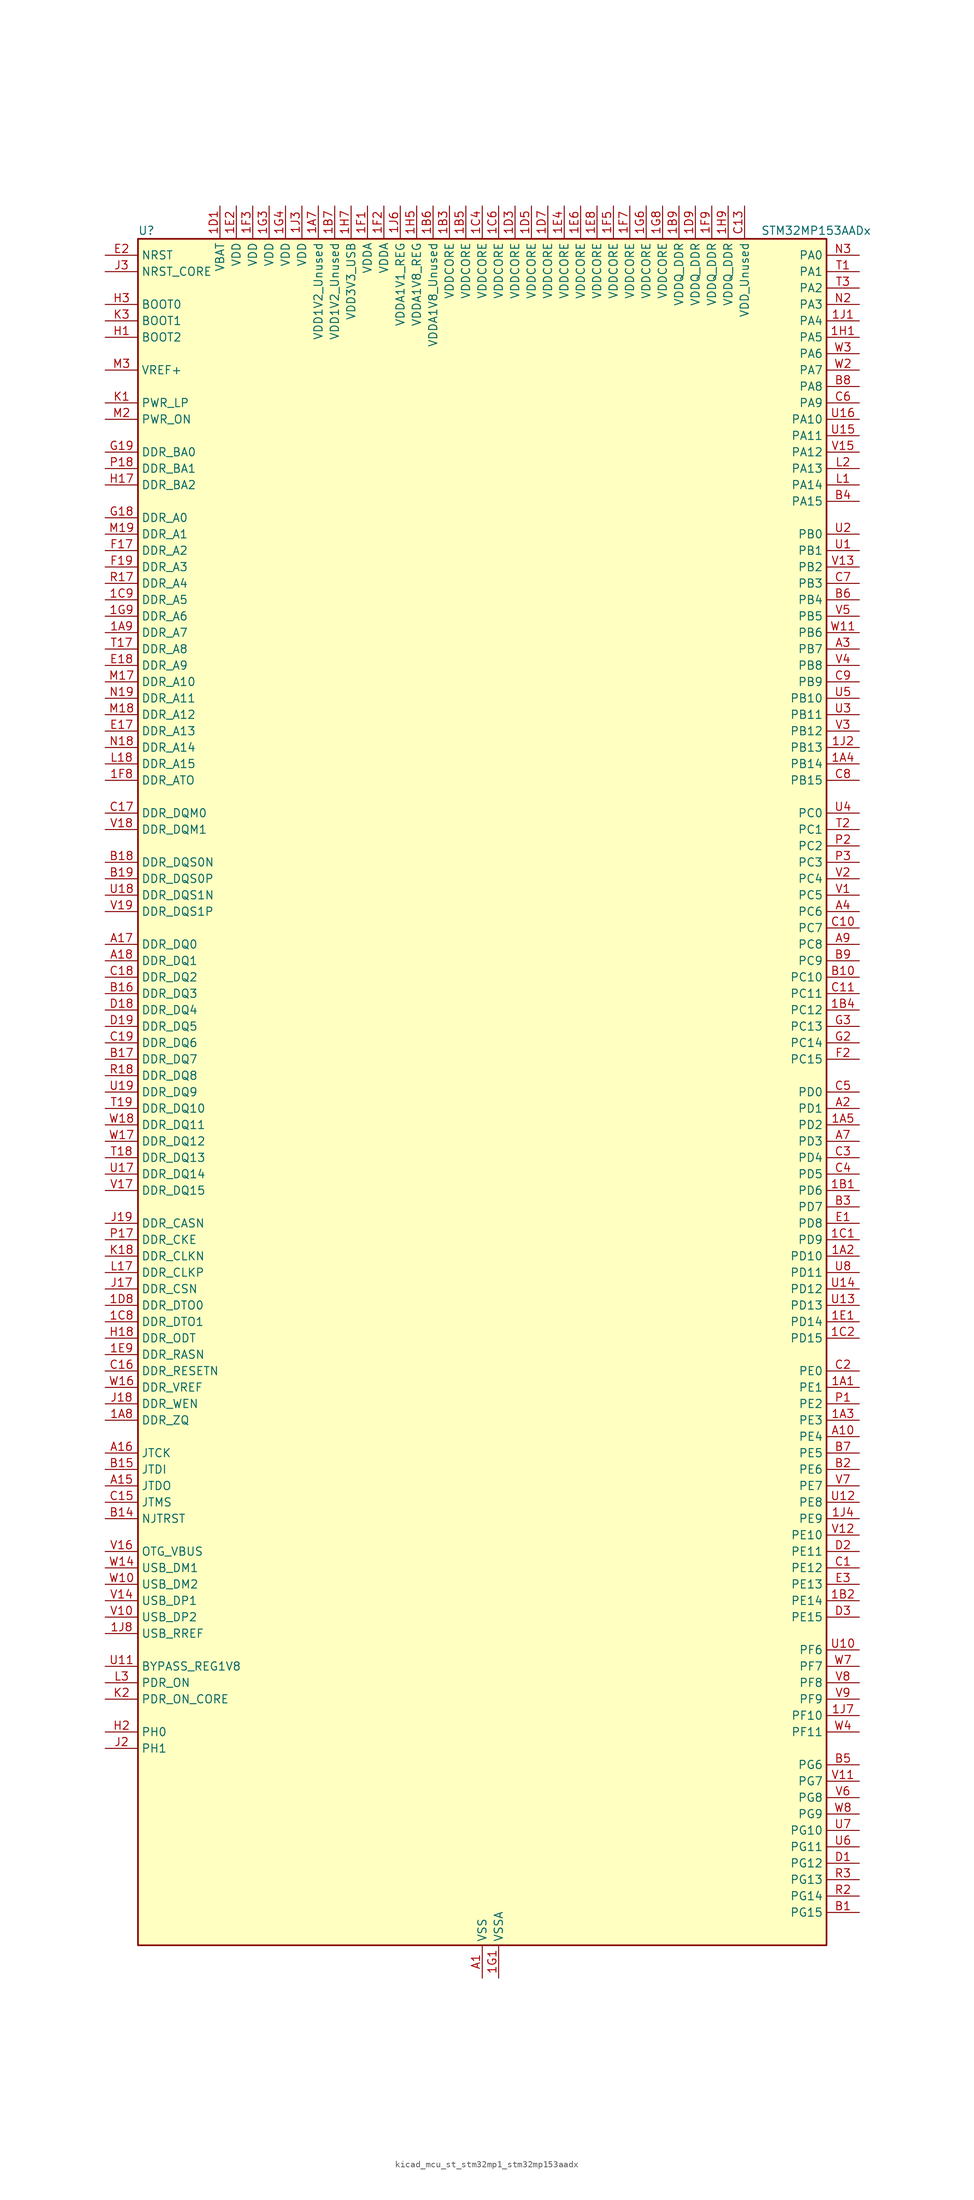
<source format=kicad_sym>
(kicad_symbol_lib
  (version 20220914)
  (generator kicad_symbol_editor)
  (symbol "kicad_mcu_st_stm32mp1_stm32mp153aadx"
    (property "Reference" "U"
      (at -53.34 133.35 0)
      (effects (font (size 1.27 1.27)) (justify left)))
    (property "Value" "STM32MP153AADx"
      (at 43.18 133.35 0)
      (effects (font (size 1.27 1.27)) (justify left)))
    (property "ki_locked" ""
      (at 0 0 0)
      (effects (font (size 1.27 1.27))))
    (symbol "kicad_mcu_st_stm32mp1_stm32mp153aadx_0_1"
      (rectangle (start -53.34 -132.08) (end 53.34 132.08) (stroke (width 0.254) (type default)) (fill (type background))))
    (symbol "kicad_mcu_st_stm32mp1_stm32mp153aadx_1_1"
      (pin bidirectional line (at 58.42 -45.72 180) (length 5.08) (name "PE1" (effects (font (size 1.27 1.27)))) (number "1A1" (effects (font (size 1.27 1.27)))) (alternate "DCMI_D3" bidirectional line) (alternate "FMC_NBL1" bidirectional line) (alternate "I2S2_MCK" bidirectional line) (alternate "LPTIM1_IN2" bidirectional line) (alternate "SAI3_SD_B" bidirectional line) (alternate "UART8_TX" bidirectional line))
      (pin bidirectional line (at 58.42 -25.4 180) (length 5.08) (name "PD10" (effects (font (size 1.27 1.27)))) (number "1A2" (effects (font (size 1.27 1.27)))) (alternate "DFSDM1_CKOUT" bidirectional line) (alternate "FMC_D15" bidirectional line) (alternate "FMC_DA15" bidirectional line) (alternate "I2C5_SMBA" bidirectional line) (alternate "I2S3_SDI" bidirectional line) (alternate "LTDC_B3" bidirectional line) (alternate "RTC_REFIN" bidirectional line) (alternate "SAI3_FS_B" bidirectional line) (alternate "SPI3_MISO" bidirectional line) (alternate "TIM16_BKIN" bidirectional line) (alternate "USART3_CK" bidirectional line))
      (pin bidirectional line (at 58.42 -50.8 180) (length 5.08) (name "PE3" (effects (font (size 1.27 1.27)))) (number "1A3" (effects (font (size 1.27 1.27)))) (alternate "DEBUG_TRACED0" bidirectional line) (alternate "FMC_A19" bidirectional line) (alternate "SAI1_SD_B" bidirectional line) (alternate "SDMMC2_CK" bidirectional line) (alternate "TIM15_BKIN" bidirectional line))
      (pin bidirectional line (at 58.42 50.8 180) (length 5.08) (name "PB14" (effects (font (size 1.27 1.27)))) (number "1A4" (effects (font (size 1.27 1.27)))) (alternate "DFSDM1_DATIN2" bidirectional line) (alternate "I2S2_SDI" bidirectional line) (alternate "SDMMC2_D0" bidirectional line) (alternate "SPI2_MISO" bidirectional line) (alternate "TIM12_CH1" bidirectional line) (alternate "TIM1_CH2N" bidirectional line) (alternate "TIM8_CH2N" bidirectional line) (alternate "USART1_TX" bidirectional line) (alternate "USART3_DE" bidirectional line) (alternate "USART3_RTS" bidirectional line))
      (pin bidirectional line (at 58.42 -5.08 180) (length 5.08) (name "PD2" (effects (font (size 1.27 1.27)))) (number "1A5" (effects (font (size 1.27 1.27)))) (alternate "DCMI_D11" bidirectional line) (alternate "I2C5_SMBA" bidirectional line) (alternate "SDMMC1_CMD" bidirectional line) (alternate "TIM3_ETR" bidirectional line) (alternate "UART4_RX" bidirectional line) (alternate "UART5_RX" bidirectional line))
      (pin passive line (at 0 -137.16 90) (length 5.08) hide (name "VSS" (effects (font (size 1.27 1.27)))) (number "1A6" (effects (font (size 1.27 1.27)))))
      (pin power_in line (at -25.4 137.16 270) (length 5.08) (name "VDD1V2_Unused" (effects (font (size 1.27 1.27)))) (number "1A7" (effects (font (size 1.27 1.27)))))
      (pin bidirectional line (at -58.42 -50.8 0) (length 5.08) (name "DDR_ZQ" (effects (font (size 1.27 1.27)))) (number "1A8" (effects (font (size 1.27 1.27)))) (alternate "DDR_ZQ" bidirectional line))
      (pin bidirectional line (at -58.42 71.12 0) (length 5.08) (name "DDR_A7" (effects (font (size 1.27 1.27)))) (number "1A9" (effects (font (size 1.27 1.27)))) (alternate "DDR_A7" bidirectional line))
      (pin bidirectional line (at 58.42 -15.24 180) (length 5.08) (name "PD6" (effects (font (size 1.27 1.27)))) (number "1B1" (effects (font (size 1.27 1.27)))) (alternate "DCMI_D10" bidirectional line) (alternate "DFSDM1_CKIN4" bidirectional line) (alternate "DFSDM1_DATIN1" bidirectional line) (alternate "FMC_NWAIT" bidirectional line) (alternate "I2S3_SDO" bidirectional line) (alternate "LTDC_B2" bidirectional line) (alternate "SAI1_D1" bidirectional line) (alternate "SAI1_SD_A" bidirectional line) (alternate "SPI3_MOSI" bidirectional line) (alternate "TIM16_CH1N" bidirectional line) (alternate "USART2_RX" bidirectional line))
      (pin bidirectional line (at 58.42 -78.74 180) (length 5.08) (name "PE14" (effects (font (size 1.27 1.27)))) (number "1B2" (effects (font (size 1.27 1.27)))) (alternate "FMC_D11" bidirectional line) (alternate "FMC_DA11" bidirectional line) (alternate "LTDC_CLK" bidirectional line) (alternate "LTDC_G0" bidirectional line) (alternate "SAI2_MCLK_B" bidirectional line) (alternate "SDMMC1_D123DIR" bidirectional line) (alternate "SPI4_MOSI" bidirectional line) (alternate "TIM1_CH4" bidirectional line) (alternate "UART8_DE" bidirectional line) (alternate "UART8_RTS" bidirectional line))
      (pin power_in line (at -5.08 137.16 270) (length 5.08) (name "VDDCORE" (effects (font (size 1.27 1.27)))) (number "1B3" (effects (font (size 1.27 1.27)))))
      (pin bidirectional line (at 58.42 12.7 180) (length 5.08) (name "PC12" (effects (font (size 1.27 1.27)))) (number "1B4" (effects (font (size 1.27 1.27)))) (alternate "DCMI_D9" bidirectional line) (alternate "DEBUG_TRACECLK" bidirectional line) (alternate "I2S3_SDO" bidirectional line) (alternate "RCC_MCO_2" bidirectional line) (alternate "SAI4_D3" bidirectional line) (alternate "SAI4_SD_B" bidirectional line) (alternate "SDMMC1_CK" bidirectional line) (alternate "SPI3_MOSI" bidirectional line) (alternate "UART5_TX" bidirectional line) (alternate "USART3_CK" bidirectional line))
      (pin power_in line (at -2.54 137.16 270) (length 5.08) (name "VDDCORE" (effects (font (size 1.27 1.27)))) (number "1B5" (effects (font (size 1.27 1.27)))))
      (pin power_in line (at -7.62 137.16 270) (length 5.08) (name "VDDA1V8_Unused" (effects (font (size 1.27 1.27)))) (number "1B6" (effects (font (size 1.27 1.27)))))
      (pin power_in line (at -22.86 137.16 270) (length 5.08) (name "VDD1V2_Unused" (effects (font (size 1.27 1.27)))) (number "1B7" (effects (font (size 1.27 1.27)))))
      (pin passive line (at 0 -137.16 90) (length 5.08) hide (name "VSS" (effects (font (size 1.27 1.27)))) (number "1B8" (effects (font (size 1.27 1.27)))))
      (pin power_in line (at 30.48 137.16 270) (length 5.08) (name "VDDQ_DDR" (effects (font (size 1.27 1.27)))) (number "1B9" (effects (font (size 1.27 1.27)))))
      (pin bidirectional line (at 58.42 -22.86 180) (length 5.08) (name "PD9" (effects (font (size 1.27 1.27)))) (number "1C1" (effects (font (size 1.27 1.27)))) (alternate "DAC1_EXTI9" bidirectional line) (alternate "DCMI_HSYNC" bidirectional line) (alternate "DFSDM1_DATIN3" bidirectional line) (alternate "FMC_D14" bidirectional line) (alternate "FMC_DA14" bidirectional line) (alternate "LTDC_B0" bidirectional line) (alternate "SAI3_SD_B" bidirectional line) (alternate "USART3_RX" bidirectional line))
      (pin bidirectional line (at 58.42 -38.1 180) (length 5.08) (name "PD15" (effects (font (size 1.27 1.27)))) (number "1C2" (effects (font (size 1.27 1.27)))) (alternate "ADC1_EXTI15" bidirectional line) (alternate "ADC2_EXTI15" bidirectional line) (alternate "FMC_D1" bidirectional line) (alternate "FMC_DA1" bidirectional line) (alternate "LTDC_R1" bidirectional line) (alternate "SAI3_MCLK_A" bidirectional line) (alternate "TIM4_CH4" bidirectional line) (alternate "UART8_CTS" bidirectional line))
      (pin passive line (at 0 -137.16 90) (length 5.08) hide (name "VSS" (effects (font (size 1.27 1.27)))) (number "1C3" (effects (font (size 1.27 1.27)))))
      (pin power_in line (at 0 137.16 270) (length 5.08) (name "VDDCORE" (effects (font (size 1.27 1.27)))) (number "1C4" (effects (font (size 1.27 1.27)))))
      (pin passive line (at 0 -137.16 90) (length 5.08) hide (name "VSS" (effects (font (size 1.27 1.27)))) (number "1C5" (effects (font (size 1.27 1.27)))))
      (pin power_in line (at 2.54 137.16 270) (length 5.08) (name "VDDCORE" (effects (font (size 1.27 1.27)))) (number "1C6" (effects (font (size 1.27 1.27)))))
      (pin passive line (at 0 -137.16 90) (length 5.08) hide (name "VSS" (effects (font (size 1.27 1.27)))) (number "1C7" (effects (font (size 1.27 1.27)))))
      (pin bidirectional line (at -58.42 -35.56 0) (length 5.08) (name "DDR_DTO1" (effects (font (size 1.27 1.27)))) (number "1C8" (effects (font (size 1.27 1.27)))) (alternate "DDR_DTO1" bidirectional line))
      (pin bidirectional line (at -58.42 76.2 0) (length 5.08) (name "DDR_A5" (effects (font (size 1.27 1.27)))) (number "1C9" (effects (font (size 1.27 1.27)))) (alternate "DDR_A5" bidirectional line))
      (pin power_in line (at -40.64 137.16 270) (length 5.08) (name "VBAT" (effects (font (size 1.27 1.27)))) (number "1D1" (effects (font (size 1.27 1.27)))))
      (pin passive line (at 0 -137.16 90) (length 5.08) hide (name "VSS" (effects (font (size 1.27 1.27)))) (number "1D2" (effects (font (size 1.27 1.27)))))
      (pin power_in line (at 5.08 137.16 270) (length 5.08) (name "VDDCORE" (effects (font (size 1.27 1.27)))) (number "1D3" (effects (font (size 1.27 1.27)))))
      (pin passive line (at 0 -137.16 90) (length 5.08) hide (name "VSS" (effects (font (size 1.27 1.27)))) (number "1D4" (effects (font (size 1.27 1.27)))))
      (pin power_in line (at 7.62 137.16 270) (length 5.08) (name "VDDCORE" (effects (font (size 1.27 1.27)))) (number "1D5" (effects (font (size 1.27 1.27)))))
      (pin passive line (at 0 -137.16 90) (length 5.08) hide (name "VSS" (effects (font (size 1.27 1.27)))) (number "1D6" (effects (font (size 1.27 1.27)))))
      (pin power_in line (at 10.16 137.16 270) (length 5.08) (name "VDDCORE" (effects (font (size 1.27 1.27)))) (number "1D7" (effects (font (size 1.27 1.27)))))
      (pin bidirectional line (at -58.42 -33.02 0) (length 5.08) (name "DDR_DTO0" (effects (font (size 1.27 1.27)))) (number "1D8" (effects (font (size 1.27 1.27)))) (alternate "DDR_DTO0" bidirectional line))
      (pin power_in line (at 33.02 137.16 270) (length 5.08) (name "VDDQ_DDR" (effects (font (size 1.27 1.27)))) (number "1D9" (effects (font (size 1.27 1.27)))))
      (pin bidirectional line (at 58.42 -35.56 180) (length 5.08) (name "PD14" (effects (font (size 1.27 1.27)))) (number "1E1" (effects (font (size 1.27 1.27)))) (alternate "FMC_D0" bidirectional line) (alternate "FMC_DA0" bidirectional line) (alternate "SAI3_MCLK_B" bidirectional line) (alternate "TIM4_CH3" bidirectional line) (alternate "UART8_CTS" bidirectional line))
      (pin power_in line (at -38.1 137.16 270) (length 5.08) (name "VDD" (effects (font (size 1.27 1.27)))) (number "1E2" (effects (font (size 1.27 1.27)))))
      (pin passive line (at 0 -137.16 90) (length 5.08) hide (name "VSS" (effects (font (size 1.27 1.27)))) (number "1E3" (effects (font (size 1.27 1.27)))))
      (pin power_in line (at 12.7 137.16 270) (length 5.08) (name "VDDCORE" (effects (font (size 1.27 1.27)))) (number "1E4" (effects (font (size 1.27 1.27)))))
      (pin passive line (at 0 -137.16 90) (length 5.08) hide (name "VSS" (effects (font (size 1.27 1.27)))) (number "1E5" (effects (font (size 1.27 1.27)))))
      (pin power_in line (at 15.24 137.16 270) (length 5.08) (name "VDDCORE" (effects (font (size 1.27 1.27)))) (number "1E6" (effects (font (size 1.27 1.27)))))
      (pin passive line (at 0 -137.16 90) (length 5.08) hide (name "VSS" (effects (font (size 1.27 1.27)))) (number "1E7" (effects (font (size 1.27 1.27)))))
      (pin power_in line (at 17.78 137.16 270) (length 5.08) (name "VDDCORE" (effects (font (size 1.27 1.27)))) (number "1E8" (effects (font (size 1.27 1.27)))))
      (pin bidirectional line (at -58.42 -40.64 0) (length 5.08) (name "DDR_RASN" (effects (font (size 1.27 1.27)))) (number "1E9" (effects (font (size 1.27 1.27)))) (alternate "DDR_RASN" bidirectional line))
      (pin power_in line (at -17.78 137.16 270) (length 5.08) (name "VDDA" (effects (font (size 1.27 1.27)))) (number "1F1" (effects (font (size 1.27 1.27)))))
      (pin power_in line (at -15.24 137.16 270) (length 5.08) (name "VDDA" (effects (font (size 1.27 1.27)))) (number "1F2" (effects (font (size 1.27 1.27)))))
      (pin power_in line (at -35.56 137.16 270) (length 5.08) (name "VDD" (effects (font (size 1.27 1.27)))) (number "1F3" (effects (font (size 1.27 1.27)))))
      (pin passive line (at 0 -137.16 90) (length 5.08) hide (name "VSS" (effects (font (size 1.27 1.27)))) (number "1F4" (effects (font (size 1.27 1.27)))))
      (pin power_in line (at 20.32 137.16 270) (length 5.08) (name "VDDCORE" (effects (font (size 1.27 1.27)))) (number "1F5" (effects (font (size 1.27 1.27)))))
      (pin passive line (at 0 -137.16 90) (length 5.08) hide (name "VSS" (effects (font (size 1.27 1.27)))) (number "1F6" (effects (font (size 1.27 1.27)))))
      (pin power_in line (at 22.86 137.16 270) (length 5.08) (name "VDDCORE" (effects (font (size 1.27 1.27)))) (number "1F7" (effects (font (size 1.27 1.27)))))
      (pin bidirectional line (at -58.42 48.26 0) (length 5.08) (name "DDR_ATO" (effects (font (size 1.27 1.27)))) (number "1F8" (effects (font (size 1.27 1.27)))) (alternate "DDR_ATO" bidirectional line))
      (pin power_in line (at 35.56 137.16 270) (length 5.08) (name "VDDQ_DDR" (effects (font (size 1.27 1.27)))) (number "1F9" (effects (font (size 1.27 1.27)))))
      (pin power_in line (at 2.54 -137.16 90) (length 5.08) (name "VSSA" (effects (font (size 1.27 1.27)))) (number "1G1" (effects (font (size 1.27 1.27)))))
      (pin passive line (at 0 -137.16 90) (length 5.08) hide (name "VSS" (effects (font (size 1.27 1.27)))) (number "1G2" (effects (font (size 1.27 1.27)))))
      (pin power_in line (at -33.02 137.16 270) (length 5.08) (name "VDD" (effects (font (size 1.27 1.27)))) (number "1G3" (effects (font (size 1.27 1.27)))))
      (pin power_in line (at -30.48 137.16 270) (length 5.08) (name "VDD" (effects (font (size 1.27 1.27)))) (number "1G4" (effects (font (size 1.27 1.27)))))
      (pin passive line (at 0 -137.16 90) (length 5.08) hide (name "VSS" (effects (font (size 1.27 1.27)))) (number "1G5" (effects (font (size 1.27 1.27)))))
      (pin power_in line (at 25.4 137.16 270) (length 5.08) (name "VDDCORE" (effects (font (size 1.27 1.27)))) (number "1G6" (effects (font (size 1.27 1.27)))))
      (pin passive line (at 0 -137.16 90) (length 5.08) hide (name "VSS" (effects (font (size 1.27 1.27)))) (number "1G7" (effects (font (size 1.27 1.27)))))
      (pin power_in line (at 27.94 137.16 270) (length 5.08) (name "VDDCORE" (effects (font (size 1.27 1.27)))) (number "1G8" (effects (font (size 1.27 1.27)))))
      (pin bidirectional line (at -58.42 73.66 0) (length 5.08) (name "DDR_A6" (effects (font (size 1.27 1.27)))) (number "1G9" (effects (font (size 1.27 1.27)))) (alternate "DDR_A6" bidirectional line))
      (pin bidirectional line (at 58.42 116.84 180) (length 5.08) (name "PA5" (effects (font (size 1.27 1.27)))) (number "1H1" (effects (font (size 1.27 1.27)))) (alternate "ADC1_INN18" bidirectional line) (alternate "ADC1_INP19" bidirectional line) (alternate "ADC2_INN18" bidirectional line) (alternate "ADC2_INP19" bidirectional line) (alternate "DAC1_OUT2" bidirectional line) (alternate "I2S1_CK" bidirectional line) (alternate "LTDC_R4" bidirectional line) (alternate "SAI4_CK1" bidirectional line) (alternate "SAI4_MCLK_A" bidirectional line) (alternate "SPI1_SCK" bidirectional line) (alternate "SPI6_SCK" bidirectional line) (alternate "TIM2_CH1" bidirectional line) (alternate "TIM2_ETR" bidirectional line) (alternate "TIM8_CH1N" bidirectional line))
      (pin passive line (at 0 -137.16 90) (length 5.08) hide (name "VSS" (effects (font (size 1.27 1.27)))) (number "1H2" (effects (font (size 1.27 1.27)))))
      (pin passive line (at 0 -137.16 90) (length 5.08) hide (name "VSS" (effects (font (size 1.27 1.27)))) (number "1H3" (effects (font (size 1.27 1.27)))))
      (pin passive line (at 0 -137.16 90) (length 5.08) hide (name "VSS" (effects (font (size 1.27 1.27)))) (number "1H4" (effects (font (size 1.27 1.27)))))
      (pin power_in line (at -10.16 137.16 270) (length 5.08) (name "VDDA1V8_REG" (effects (font (size 1.27 1.27)))) (number "1H5" (effects (font (size 1.27 1.27)))))
      (pin passive line (at 0 -137.16 90) (length 5.08) hide (name "VSS" (effects (font (size 1.27 1.27)))) (number "1H6" (effects (font (size 1.27 1.27)))))
      (pin power_in line (at -20.32 137.16 270) (length 5.08) (name "VDD3V3_USB" (effects (font (size 1.27 1.27)))) (number "1H7" (effects (font (size 1.27 1.27)))))
      (pin passive line (at 0 -137.16 90) (length 5.08) hide (name "VSS" (effects (font (size 1.27 1.27)))) (number "1H8" (effects (font (size 1.27 1.27)))))
      (pin power_in line (at 38.1 137.16 270) (length 5.08) (name "VDDQ_DDR" (effects (font (size 1.27 1.27)))) (number "1H9" (effects (font (size 1.27 1.27)))))
      (pin bidirectional line (at 58.42 119.38 180) (length 5.08) (name "PA4" (effects (font (size 1.27 1.27)))) (number "1J1" (effects (font (size 1.27 1.27)))) (alternate "ADC1_INP18" bidirectional line) (alternate "ADC2_INP18" bidirectional line) (alternate "DAC1_OUT1" bidirectional line) (alternate "DCMI_HSYNC" bidirectional line) (alternate "HDP_HDP0" bidirectional line) (alternate "I2S1_WS" bidirectional line) (alternate "I2S3_WS" bidirectional line) (alternate "LTDC_VSYNC" bidirectional line) (alternate "SAI4_D2" bidirectional line) (alternate "SAI4_FS_A" bidirectional line) (alternate "SPI1_NSS" bidirectional line) (alternate "SPI3_NSS" bidirectional line) (alternate "SPI6_NSS" bidirectional line) (alternate "TIM5_ETR" bidirectional line) (alternate "USART2_CK" bidirectional line))
      (pin bidirectional line (at 58.42 53.34 180) (length 5.08) (name "PB13" (effects (font (size 1.27 1.27)))) (number "1J2" (effects (font (size 1.27 1.27)))) (alternate "DFSDM1_CKIN1" bidirectional line) (alternate "DFSDM1_CKOUT" bidirectional line) (alternate "ETH1_TXD1" bidirectional line) (alternate "FDCAN2_TX" bidirectional line) (alternate "I2S2_CK" bidirectional line) (alternate "LPTIM2_OUT" bidirectional line) (alternate "SPI2_SCK" bidirectional line) (alternate "TIM1_CH1N" bidirectional line) (alternate "UART5_TX" bidirectional line) (alternate "USART3_CTS" bidirectional line) (alternate "USART3_NSS" bidirectional line))
      (pin power_in line (at -27.94 137.16 270) (length 5.08) (name "VDD" (effects (font (size 1.27 1.27)))) (number "1J3" (effects (font (size 1.27 1.27)))))
      (pin bidirectional line (at 58.42 -66.04 180) (length 5.08) (name "PE9" (effects (font (size 1.27 1.27)))) (number "1J4" (effects (font (size 1.27 1.27)))) (alternate "DAC1_EXTI9" bidirectional line) (alternate "DFSDM1_CKOUT" bidirectional line) (alternate "FMC_D6" bidirectional line) (alternate "FMC_DA6" bidirectional line) (alternate "QUADSPI_BK2_IO2" bidirectional line) (alternate "TIM1_CH1" bidirectional line) (alternate "UART7_DE" bidirectional line) (alternate "UART7_RTS" bidirectional line))
      (pin passive line (at 0 -137.16 90) (length 5.08) hide (name "VSS" (effects (font (size 1.27 1.27)))) (number "1J5" (effects (font (size 1.27 1.27)))))
      (pin power_in line (at -12.7 137.16 270) (length 5.08) (name "VDDA1V1_REG" (effects (font (size 1.27 1.27)))) (number "1J6" (effects (font (size 1.27 1.27)))))
      (pin bidirectional line (at 58.42 -96.52 180) (length 5.08) (name "PF10" (effects (font (size 1.27 1.27)))) (number "1J7" (effects (font (size 1.27 1.27)))) (alternate "DCMI_D11" bidirectional line) (alternate "LTDC_DE" bidirectional line) (alternate "QUADSPI_CLK" bidirectional line) (alternate "SAI1_D3" bidirectional line) (alternate "SAI1_D4" bidirectional line) (alternate "SAI4_D3" bidirectional line) (alternate "SAI4_D4" bidirectional line) (alternate "TIM16_BKIN" bidirectional line))
      (pin bidirectional line (at -58.42 -83.82 0) (length 5.08) (name "USB_RREF" (effects (font (size 1.27 1.27)))) (number "1J8" (effects (font (size 1.27 1.27)))))
      (pin passive line (at 0 -137.16 90) (length 5.08) hide (name "VSS" (effects (font (size 1.27 1.27)))) (number "1J9" (effects (font (size 1.27 1.27)))))
      (pin power_in line (at 0 -137.16 90) (length 5.08) (name "VSS" (effects (font (size 1.27 1.27)))) (number "A1" (effects (font (size 1.27 1.27)))))
      (pin bidirectional line (at 58.42 -53.34 180) (length 5.08) (name "PE4" (effects (font (size 1.27 1.27)))) (number "A10" (effects (font (size 1.27 1.27)))) (alternate "DCMI_D4" bidirectional line) (alternate "DEBUG_TRACED1" bidirectional line) (alternate "DFSDM1_DATIN3" bidirectional line) (alternate "FMC_A20" bidirectional line) (alternate "LTDC_B0" bidirectional line) (alternate "SAI1_D2" bidirectional line) (alternate "SAI1_FS_A" bidirectional line) (alternate "SDMMC1_CKIN" bidirectional line) (alternate "SDMMC1_D4" bidirectional line) (alternate "SDMMC2_CKIN" bidirectional line) (alternate "SDMMC2_D4" bidirectional line) (alternate "SPI4_NSS" bidirectional line) (alternate "TIM15_CH1N" bidirectional line))
      (pin no_connect line (at -53.34 -132.08 0) (length 5.08) hide (name "DNU" (effects (font (size 1.27 1.27)))) (number "A12" (effects (font (size 1.27 1.27)))))
      (pin no_connect line (at -53.34 -129.54 0) (length 5.08) hide (name "DNU" (effects (font (size 1.27 1.27)))) (number "A13" (effects (font (size 1.27 1.27)))))
      (pin bidirectional line (at -58.42 -60.96 0) (length 5.08) (name "JTDO" (effects (font (size 1.27 1.27)))) (number "A15" (effects (font (size 1.27 1.27)))) (alternate "DEBUG_JTDO-SWO" bidirectional line))
      (pin bidirectional line (at -58.42 -55.88 0) (length 5.08) (name "JTCK" (effects (font (size 1.27 1.27)))) (number "A16" (effects (font (size 1.27 1.27)))) (alternate "DEBUG_JTCK-SWCLK" bidirectional line))
      (pin bidirectional line (at -58.42 22.86 0) (length 5.08) (name "DDR_DQ0" (effects (font (size 1.27 1.27)))) (number "A17" (effects (font (size 1.27 1.27)))) (alternate "DDR_DQ0" bidirectional line))
      (pin bidirectional line (at -58.42 20.32 0) (length 5.08) (name "DDR_DQ1" (effects (font (size 1.27 1.27)))) (number "A18" (effects (font (size 1.27 1.27)))) (alternate "DDR_DQ1" bidirectional line))
      (pin passive line (at 0 -137.16 90) (length 5.08) hide (name "VSS" (effects (font (size 1.27 1.27)))) (number "A19" (effects (font (size 1.27 1.27)))))
      (pin bidirectional line (at 58.42 -2.54 180) (length 5.08) (name "PD1" (effects (font (size 1.27 1.27)))) (number "A2" (effects (font (size 1.27 1.27)))) (alternate "DFSDM1_CKIN7" bidirectional line) (alternate "DFSDM1_DATIN6" bidirectional line) (alternate "FDCAN1_TX" bidirectional line) (alternate "FMC_D3" bidirectional line) (alternate "FMC_DA3" bidirectional line) (alternate "I2C5_SCL" bidirectional line) (alternate "I2C6_SCL" bidirectional line) (alternate "SAI3_SD_A" bidirectional line) (alternate "SDMMC3_D0" bidirectional line) (alternate "UART4_TX" bidirectional line))
      (pin bidirectional line (at 58.42 68.58 180) (length 5.08) (name "PB7" (effects (font (size 1.27 1.27)))) (number "A3" (effects (font (size 1.27 1.27)))) (alternate "DCMI_VSYNC" bidirectional line) (alternate "DFSDM1_CKIN5" bidirectional line) (alternate "FMC_NL" bidirectional line) (alternate "I2C1_SDA" bidirectional line) (alternate "I2C4_SDA" bidirectional line) (alternate "SDMMC2_D1" bidirectional line) (alternate "TIM17_CH1N" bidirectional line) (alternate "TIM4_CH2" bidirectional line) (alternate "USART1_RX" bidirectional line))
      (pin bidirectional line (at 58.42 27.94 180) (length 5.08) (name "PC6" (effects (font (size 1.27 1.27)))) (number "A4" (effects (font (size 1.27 1.27)))) (alternate "DCMI_D0" bidirectional line) (alternate "DFSDM1_CKIN3" bidirectional line) (alternate "HDP_HDP1" bidirectional line) (alternate "I2S2_MCK" bidirectional line) (alternate "LTDC_HSYNC" bidirectional line) (alternate "SDMMC1_D0DIR" bidirectional line) (alternate "SDMMC1_D6" bidirectional line) (alternate "SDMMC2_D0DIR" bidirectional line) (alternate "SDMMC2_D6" bidirectional line) (alternate "TIM3_CH1" bidirectional line) (alternate "TIM8_CH1" bidirectional line) (alternate "USART6_TX" bidirectional line))
      (pin passive line (at 0 -137.16 90) (length 5.08) hide (name "VSS" (effects (font (size 1.27 1.27)))) (number "A6" (effects (font (size 1.27 1.27)))))
      (pin bidirectional line (at 58.42 -7.62 180) (length 5.08) (name "PD3" (effects (font (size 1.27 1.27)))) (number "A7" (effects (font (size 1.27 1.27)))) (alternate "DCMI_D5" bidirectional line) (alternate "DFSDM1_CKOUT" bidirectional line) (alternate "DFSDM1_DATIN0" bidirectional line) (alternate "FMC_CLK" bidirectional line) (alternate "HDP_HDP5" bidirectional line) (alternate "I2S2_CK" bidirectional line) (alternate "LTDC_G7" bidirectional line) (alternate "SDMMC1_D123DIR" bidirectional line) (alternate "SDMMC1_D7" bidirectional line) (alternate "SDMMC2_D123DIR" bidirectional line) (alternate "SDMMC2_D7" bidirectional line) (alternate "SPI2_SCK" bidirectional line) (alternate "USART2_CTS" bidirectional line) (alternate "USART2_NSS" bidirectional line))
      (pin bidirectional line (at 58.42 22.86 180) (length 5.08) (name "PC8" (effects (font (size 1.27 1.27)))) (number "A9" (effects (font (size 1.27 1.27)))) (alternate "DCMI_D2" bidirectional line) (alternate "DEBUG_TRACED0" bidirectional line) (alternate "SDMMC1_D0" bidirectional line) (alternate "TIM3_CH3" bidirectional line) (alternate "TIM8_CH3" bidirectional line) (alternate "UART4_TX" bidirectional line) (alternate "UART5_DE" bidirectional line) (alternate "UART5_RTS" bidirectional line) (alternate "USART6_CK" bidirectional line))
      (pin bidirectional line (at 58.42 -127 180) (length 5.08) (name "PG15" (effects (font (size 1.27 1.27)))) (number "B1" (effects (font (size 1.27 1.27)))) (alternate "ADC1_EXTI15" bidirectional line) (alternate "ADC2_EXTI15" bidirectional line) (alternate "DCMI_D13" bidirectional line) (alternate "DEBUG_TRACED7" bidirectional line) (alternate "I2C2_SDA" bidirectional line) (alternate "SAI1_D2" bidirectional line) (alternate "SAI1_FS_A" bidirectional line) (alternate "SDMMC3_CK" bidirectional line) (alternate "USART6_CTS" bidirectional line) (alternate "USART6_NSS" bidirectional line))
      (pin bidirectional line (at 58.42 17.78 180) (length 5.08) (name "PC10" (effects (font (size 1.27 1.27)))) (number "B10" (effects (font (size 1.27 1.27)))) (alternate "DCMI_D8" bidirectional line) (alternate "DEBUG_TRACED2" bidirectional line) (alternate "DFSDM1_CKIN5" bidirectional line) (alternate "I2S3_CK" bidirectional line) (alternate "LTDC_R2" bidirectional line) (alternate "QUADSPI_BK1_IO1" bidirectional line) (alternate "SAI4_MCLK_B" bidirectional line) (alternate "SDMMC1_D2" bidirectional line) (alternate "SPI3_SCK" bidirectional line) (alternate "UART4_TX" bidirectional line) (alternate "USART3_TX" bidirectional line))
      (pin no_connect line (at -53.34 -127 0) (length 5.08) hide (name "DNU" (effects (font (size 1.27 1.27)))) (number "B11" (effects (font (size 1.27 1.27)))))
      (pin no_connect line (at -53.34 -124.46 0) (length 5.08) hide (name "DNU" (effects (font (size 1.27 1.27)))) (number "B12" (effects (font (size 1.27 1.27)))))
      (pin no_connect line (at -53.34 -121.92 0) (length 5.08) hide (name "DNU" (effects (font (size 1.27 1.27)))) (number "B13" (effects (font (size 1.27 1.27)))))
      (pin bidirectional line (at -58.42 -66.04 0) (length 5.08) (name "NJTRST" (effects (font (size 1.27 1.27)))) (number "B14" (effects (font (size 1.27 1.27)))) (alternate "DEBUG_JTRST" bidirectional line))
      (pin bidirectional line (at -58.42 -58.42 0) (length 5.08) (name "JTDI" (effects (font (size 1.27 1.27)))) (number "B15" (effects (font (size 1.27 1.27)))) (alternate "DEBUG_JTDI" bidirectional line))
      (pin bidirectional line (at -58.42 15.24 0) (length 5.08) (name "DDR_DQ3" (effects (font (size 1.27 1.27)))) (number "B16" (effects (font (size 1.27 1.27)))) (alternate "DDR_DQ3" bidirectional line))
      (pin bidirectional line (at -58.42 5.08 0) (length 5.08) (name "DDR_DQ7" (effects (font (size 1.27 1.27)))) (number "B17" (effects (font (size 1.27 1.27)))) (alternate "DDR_DQ7" bidirectional line))
      (pin bidirectional line (at -58.42 35.56 0) (length 5.08) (name "DDR_DQS0N" (effects (font (size 1.27 1.27)))) (number "B18" (effects (font (size 1.27 1.27)))) (alternate "DDR_DQS0N" bidirectional line))
      (pin bidirectional line (at -58.42 33.02 0) (length 5.08) (name "DDR_DQS0P" (effects (font (size 1.27 1.27)))) (number "B19" (effects (font (size 1.27 1.27)))) (alternate "DDR_DQS0P" bidirectional line))
      (pin bidirectional line (at 58.42 -58.42 180) (length 5.08) (name "PE6" (effects (font (size 1.27 1.27)))) (number "B2" (effects (font (size 1.27 1.27)))) (alternate "DCMI_D7" bidirectional line) (alternate "DEBUG_TRACED2" bidirectional line) (alternate "FMC_A22" bidirectional line) (alternate "LTDC_G1" bidirectional line) (alternate "SAI1_D1" bidirectional line) (alternate "SAI1_SD_A" bidirectional line) (alternate "SAI2_MCLK_B" bidirectional line) (alternate "SDMMC1_D2" bidirectional line) (alternate "SDMMC2_D0" bidirectional line) (alternate "SPI4_MOSI" bidirectional line) (alternate "TIM15_CH2" bidirectional line) (alternate "TIM1_BKIN2" bidirectional line))
      (pin bidirectional line (at 58.42 -17.78 180) (length 5.08) (name "PD7" (effects (font (size 1.27 1.27)))) (number "B3" (effects (font (size 1.27 1.27)))) (alternate "DEBUG_TRACED6" bidirectional line) (alternate "DFSDM1_CKIN1" bidirectional line) (alternate "DFSDM1_DATIN4" bidirectional line) (alternate "FMC_NE1" bidirectional line) (alternate "I2C2_SCL" bidirectional line) (alternate "SDMMC3_D3" bidirectional line) (alternate "SPDIFRX_IN0" bidirectional line) (alternate "USART2_CK" bidirectional line))
      (pin bidirectional line (at 58.42 91.44 180) (length 5.08) (name "PA15" (effects (font (size 1.27 1.27)))) (number "B4" (effects (font (size 1.27 1.27)))) (alternate "ADC1_EXTI15" bidirectional line) (alternate "ADC2_EXTI15" bidirectional line) (alternate "CEC" bidirectional line) (alternate "DEBUG_DBTRGI" bidirectional line) (alternate "I2S1_WS" bidirectional line) (alternate "I2S3_WS" bidirectional line) (alternate "LTDC_R1" bidirectional line) (alternate "SAI4_D2" bidirectional line) (alternate "SAI4_FS_A" bidirectional line) (alternate "SDMMC1_CDIR" bidirectional line) (alternate "SDMMC1_D5" bidirectional line) (alternate "SDMMC2_CDIR" bidirectional line) (alternate "SDMMC2_D5" bidirectional line) (alternate "SPI1_NSS" bidirectional line) (alternate "SPI3_NSS" bidirectional line) (alternate "SPI6_NSS" bidirectional line) (alternate "TIM2_CH1" bidirectional line) (alternate "TIM2_ETR" bidirectional line) (alternate "UART4_DE" bidirectional line) (alternate "UART4_RTS" bidirectional line) (alternate "UART7_TX" bidirectional line))
      (pin bidirectional line (at 58.42 -104.14 180) (length 5.08) (name "PG6" (effects (font (size 1.27 1.27)))) (number "B5" (effects (font (size 1.27 1.27)))) (alternate "DCMI_D12" bidirectional line) (alternate "DEBUG_TRACED14" bidirectional line) (alternate "LTDC_R7" bidirectional line) (alternate "SDMMC2_CMD" bidirectional line) (alternate "TIM17_BKIN" bidirectional line))
      (pin bidirectional line (at 58.42 76.2 180) (length 5.08) (name "PB4" (effects (font (size 1.27 1.27)))) (number "B6" (effects (font (size 1.27 1.27)))) (alternate "DEBUG_TRACED8" bidirectional line) (alternate "I2S1_SDI" bidirectional line) (alternate "I2S2_WS" bidirectional line) (alternate "I2S3_SDI" bidirectional line) (alternate "SAI4_CK2" bidirectional line) (alternate "SAI4_SCK_A" bidirectional line) (alternate "SDMMC2_D3" bidirectional line) (alternate "SPI1_MISO" bidirectional line) (alternate "SPI2_NSS" bidirectional line) (alternate "SPI3_MISO" bidirectional line) (alternate "SPI6_MISO" bidirectional line) (alternate "TIM16_BKIN" bidirectional line) (alternate "TIM3_CH1" bidirectional line) (alternate "UART7_TX" bidirectional line))
      (pin bidirectional line (at 58.42 -55.88 180) (length 5.08) (name "PE5" (effects (font (size 1.27 1.27)))) (number "B7" (effects (font (size 1.27 1.27)))) (alternate "DCMI_D6" bidirectional line) (alternate "DEBUG_TRACED3" bidirectional line) (alternate "DFSDM1_CKIN3" bidirectional line) (alternate "FMC_A21" bidirectional line) (alternate "LTDC_G0" bidirectional line) (alternate "SAI1_CK2" bidirectional line) (alternate "SAI1_SCK_A" bidirectional line) (alternate "SDMMC1_D0DIR" bidirectional line) (alternate "SDMMC1_D6" bidirectional line) (alternate "SDMMC2_D0DIR" bidirectional line) (alternate "SDMMC2_D6" bidirectional line) (alternate "SPI4_MISO" bidirectional line) (alternate "TIM15_CH1" bidirectional line))
      (pin bidirectional line (at 58.42 109.22 180) (length 5.08) (name "PA8" (effects (font (size 1.27 1.27)))) (number "B8" (effects (font (size 1.27 1.27)))) (alternate "I2C3_SCL" bidirectional line) (alternate "I2S3_SDO" bidirectional line) (alternate "LTDC_R6" bidirectional line) (alternate "RCC_MCO_1" bidirectional line) (alternate "SAI4_SD_B" bidirectional line) (alternate "SDMMC2_CKIN" bidirectional line) (alternate "SDMMC2_D4" bidirectional line) (alternate "SPI3_MOSI" bidirectional line) (alternate "TIM1_CH1" bidirectional line) (alternate "TIM8_BKIN2" bidirectional line) (alternate "UART7_RX" bidirectional line) (alternate "USART1_CK" bidirectional line) (alternate "USB_OTG_HS_SOF" bidirectional line))
      (pin bidirectional line (at 58.42 20.32 180) (length 5.08) (name "PC9" (effects (font (size 1.27 1.27)))) (number "B9" (effects (font (size 1.27 1.27)))) (alternate "DAC1_EXTI9" bidirectional line) (alternate "DCMI_D3" bidirectional line) (alternate "DEBUG_TRACED1" bidirectional line) (alternate "I2C3_SDA" bidirectional line) (alternate "I2S_CKIN" bidirectional line) (alternate "LTDC_B2" bidirectional line) (alternate "QUADSPI_BK1_IO0" bidirectional line) (alternate "SDMMC1_D1" bidirectional line) (alternate "TIM3_CH4" bidirectional line) (alternate "TIM8_CH4" bidirectional line) (alternate "UART5_CTS" bidirectional line))
      (pin bidirectional line (at 58.42 -73.66 180) (length 5.08) (name "PE12" (effects (font (size 1.27 1.27)))) (number "C1" (effects (font (size 1.27 1.27)))) (alternate "DFSDM1_DATIN5" bidirectional line) (alternate "FMC_D9" bidirectional line) (alternate "FMC_DA9" bidirectional line) (alternate "LTDC_B4" bidirectional line) (alternate "SAI2_SCK_B" bidirectional line) (alternate "SDMMC1_D0DIR" bidirectional line) (alternate "SPI4_SCK" bidirectional line) (alternate "TIM1_CH3N" bidirectional line))
      (pin bidirectional line (at 58.42 25.4 180) (length 5.08) (name "PC7" (effects (font (size 1.27 1.27)))) (number "C10" (effects (font (size 1.27 1.27)))) (alternate "DCMI_D1" bidirectional line) (alternate "DFSDM1_DATIN3" bidirectional line) (alternate "HDP_HDP4" bidirectional line) (alternate "I2S3_MCK" bidirectional line) (alternate "LTDC_G6" bidirectional line) (alternate "SDMMC1_D123DIR" bidirectional line) (alternate "SDMMC1_D7" bidirectional line) (alternate "SDMMC2_D123DIR" bidirectional line) (alternate "SDMMC2_D7" bidirectional line) (alternate "TIM3_CH2" bidirectional line) (alternate "TIM8_CH2" bidirectional line) (alternate "USART6_RX" bidirectional line))
      (pin bidirectional line (at 58.42 15.24 180) (length 5.08) (name "PC11" (effects (font (size 1.27 1.27)))) (number "C11" (effects (font (size 1.27 1.27)))) (alternate "ADC1_EXTI11" bidirectional line) (alternate "ADC2_EXTI11" bidirectional line) (alternate "DCMI_D4" bidirectional line) (alternate "DEBUG_TRACED3" bidirectional line) (alternate "DFSDM1_DATIN5" bidirectional line) (alternate "I2S3_SDI" bidirectional line) (alternate "QUADSPI_BK2_NCS" bidirectional line) (alternate "SAI4_SCK_B" bidirectional line) (alternate "SDMMC1_D3" bidirectional line) (alternate "SPI3_MISO" bidirectional line) (alternate "UART4_RX" bidirectional line) (alternate "USART3_RX" bidirectional line))
      (pin no_connect line (at -53.34 -119.38 0) (length 5.08) hide (name "DNU" (effects (font (size 1.27 1.27)))) (number "C12" (effects (font (size 1.27 1.27)))))
      (pin power_in line (at 40.64 137.16 270) (length 5.08) (name "VDD_Unused" (effects (font (size 1.27 1.27)))) (number "C13" (effects (font (size 1.27 1.27)))))
      (pin passive line (at 0 -137.16 90) (length 5.08) hide (name "VSS" (effects (font (size 1.27 1.27)))) (number "C14" (effects (font (size 1.27 1.27)))))
      (pin bidirectional line (at -58.42 -63.5 0) (length 5.08) (name "JTMS" (effects (font (size 1.27 1.27)))) (number "C15" (effects (font (size 1.27 1.27)))) (alternate "DEBUG_JTMS-SWDIO" bidirectional line))
      (pin bidirectional line (at -58.42 -43.18 0) (length 5.08) (name "DDR_RESETN" (effects (font (size 1.27 1.27)))) (number "C16" (effects (font (size 1.27 1.27)))) (alternate "DDR_RESETN" bidirectional line))
      (pin bidirectional line (at -58.42 43.18 0) (length 5.08) (name "DDR_DQM0" (effects (font (size 1.27 1.27)))) (number "C17" (effects (font (size 1.27 1.27)))) (alternate "DDR_DQM0" bidirectional line))
      (pin bidirectional line (at -58.42 17.78 0) (length 5.08) (name "DDR_DQ2" (effects (font (size 1.27 1.27)))) (number "C18" (effects (font (size 1.27 1.27)))) (alternate "DDR_DQ2" bidirectional line))
      (pin bidirectional line (at -58.42 7.62 0) (length 5.08) (name "DDR_DQ6" (effects (font (size 1.27 1.27)))) (number "C19" (effects (font (size 1.27 1.27)))) (alternate "DDR_DQ6" bidirectional line))
      (pin bidirectional line (at 58.42 -43.18 180) (length 5.08) (name "PE0" (effects (font (size 1.27 1.27)))) (number "C2" (effects (font (size 1.27 1.27)))) (alternate "DCMI_D2" bidirectional line) (alternate "FMC_NBL0" bidirectional line) (alternate "I2S3_CK" bidirectional line) (alternate "LPTIM1_ETR" bidirectional line) (alternate "LPTIM2_ETR" bidirectional line) (alternate "SAI2_MCLK_A" bidirectional line) (alternate "SAI4_MCLK_B" bidirectional line) (alternate "SPI3_SCK" bidirectional line) (alternate "TIM4_ETR" bidirectional line) (alternate "UART8_RX" bidirectional line))
      (pin bidirectional line (at 58.42 -10.16 180) (length 5.08) (name "PD4" (effects (font (size 1.27 1.27)))) (number "C3" (effects (font (size 1.27 1.27)))) (alternate "DFSDM1_CKIN0" bidirectional line) (alternate "FMC_NOE" bidirectional line) (alternate "SAI3_FS_A" bidirectional line) (alternate "SDMMC3_D1" bidirectional line) (alternate "USART2_DE" bidirectional line) (alternate "USART2_RTS" bidirectional line))
      (pin bidirectional line (at 58.42 -12.7 180) (length 5.08) (name "PD5" (effects (font (size 1.27 1.27)))) (number "C4" (effects (font (size 1.27 1.27)))) (alternate "FMC_NWE" bidirectional line) (alternate "SDMMC3_D2" bidirectional line) (alternate "USART2_TX" bidirectional line))
      (pin bidirectional line (at 58.42 0 180) (length 5.08) (name "PD0" (effects (font (size 1.27 1.27)))) (number "C5" (effects (font (size 1.27 1.27)))) (alternate "DFSDM1_CKIN6" bidirectional line) (alternate "DFSDM1_DATIN7" bidirectional line) (alternate "FDCAN1_RX" bidirectional line) (alternate "FMC_D2" bidirectional line) (alternate "FMC_DA2" bidirectional line) (alternate "I2C5_SDA" bidirectional line) (alternate "I2C6_SDA" bidirectional line) (alternate "SAI3_SCK_A" bidirectional line) (alternate "SDMMC3_CMD" bidirectional line) (alternate "UART4_RX" bidirectional line))
      (pin bidirectional line (at 58.42 106.68 180) (length 5.08) (name "PA9" (effects (font (size 1.27 1.27)))) (number "C6" (effects (font (size 1.27 1.27)))) (alternate "DAC1_EXTI9" bidirectional line) (alternate "DCMI_D0" bidirectional line) (alternate "I2C3_SMBA" bidirectional line) (alternate "I2S2_CK" bidirectional line) (alternate "LTDC_R5" bidirectional line) (alternate "SDMMC2_CDIR" bidirectional line) (alternate "SDMMC2_D5" bidirectional line) (alternate "SPI2_SCK" bidirectional line) (alternate "TIM1_CH2" bidirectional line) (alternate "USART1_TX" bidirectional line))
      (pin bidirectional line (at 58.42 78.74 180) (length 5.08) (name "PB3" (effects (font (size 1.27 1.27)))) (number "C7" (effects (font (size 1.27 1.27)))) (alternate "DEBUG_TRACED9" bidirectional line) (alternate "I2S1_CK" bidirectional line) (alternate "I2S3_CK" bidirectional line) (alternate "SAI4_CK1" bidirectional line) (alternate "SAI4_MCLK_A" bidirectional line) (alternate "SDMMC2_D2" bidirectional line) (alternate "SPI1_SCK" bidirectional line) (alternate "SPI3_SCK" bidirectional line) (alternate "SPI6_SCK" bidirectional line) (alternate "TIM2_CH2" bidirectional line) (alternate "UART7_RX" bidirectional line))
      (pin bidirectional line (at 58.42 48.26 180) (length 5.08) (name "PB15" (effects (font (size 1.27 1.27)))) (number "C8" (effects (font (size 1.27 1.27)))) (alternate "ADC1_EXTI15" bidirectional line) (alternate "ADC2_EXTI15" bidirectional line) (alternate "DFSDM1_CKIN2" bidirectional line) (alternate "I2S2_SDO" bidirectional line) (alternate "RTC_REFIN" bidirectional line) (alternate "SDMMC2_D1" bidirectional line) (alternate "SPI2_MOSI" bidirectional line) (alternate "TIM12_CH2" bidirectional line) (alternate "TIM1_CH3N" bidirectional line) (alternate "TIM8_CH3N" bidirectional line) (alternate "USART1_RX" bidirectional line))
      (pin bidirectional line (at 58.42 63.5 180) (length 5.08) (name "PB9" (effects (font (size 1.27 1.27)))) (number "C9" (effects (font (size 1.27 1.27)))) (alternate "DAC1_EXTI9" bidirectional line) (alternate "DCMI_D7" bidirectional line) (alternate "DFSDM1_DATIN7" bidirectional line) (alternate "FDCAN1_TX" bidirectional line) (alternate "HDP_HDP7" bidirectional line) (alternate "I2C1_SDA" bidirectional line) (alternate "I2C4_SDA" bidirectional line) (alternate "I2S2_WS" bidirectional line) (alternate "LTDC_B7" bidirectional line) (alternate "SDMMC1_CDIR" bidirectional line) (alternate "SDMMC1_D5" bidirectional line) (alternate "SDMMC2_CDIR" bidirectional line) (alternate "SDMMC2_D5" bidirectional line) (alternate "SPI2_NSS" bidirectional line) (alternate "TIM17_CH1" bidirectional line) (alternate "TIM4_CH4" bidirectional line) (alternate "UART4_TX" bidirectional line))
      (pin bidirectional line (at 58.42 -119.38 180) (length 5.08) (name "PG12" (effects (font (size 1.27 1.27)))) (number "D1" (effects (font (size 1.27 1.27)))) (alternate "ETH1_PHY_INTN" bidirectional line) (alternate "FMC_NE4" bidirectional line) (alternate "LPTIM1_IN1" bidirectional line) (alternate "LTDC_B1" bidirectional line) (alternate "LTDC_B4" bidirectional line) (alternate "SAI4_CK2" bidirectional line) (alternate "SAI4_SCK_A" bidirectional line) (alternate "SPDIFRX_IN1" bidirectional line) (alternate "SPI6_MISO" bidirectional line) (alternate "USART6_DE" bidirectional line) (alternate "USART6_RTS" bidirectional line))
      (pin passive line (at 0 -137.16 90) (length 5.08) hide (name "VSS" (effects (font (size 1.27 1.27)))) (number "D17" (effects (font (size 1.27 1.27)))))
      (pin bidirectional line (at -58.42 12.7 0) (length 5.08) (name "DDR_DQ4" (effects (font (size 1.27 1.27)))) (number "D18" (effects (font (size 1.27 1.27)))) (alternate "DDR_DQ4" bidirectional line))
      (pin bidirectional line (at -58.42 10.16 0) (length 5.08) (name "DDR_DQ5" (effects (font (size 1.27 1.27)))) (number "D19" (effects (font (size 1.27 1.27)))) (alternate "DDR_DQ5" bidirectional line))
      (pin bidirectional line (at 58.42 -71.12 180) (length 5.08) (name "PE11" (effects (font (size 1.27 1.27)))) (number "D2" (effects (font (size 1.27 1.27)))) (alternate "ADC1_EXTI11" bidirectional line) (alternate "ADC2_EXTI11" bidirectional line) (alternate "DCMI_D4" bidirectional line) (alternate "DFSDM1_CKIN4" bidirectional line) (alternate "FMC_D8" bidirectional line) (alternate "FMC_DA8" bidirectional line) (alternate "LTDC_G3" bidirectional line) (alternate "SAI2_SD_B" bidirectional line) (alternate "SPI4_NSS" bidirectional line) (alternate "TIM1_CH2" bidirectional line) (alternate "USART6_CK" bidirectional line))
      (pin bidirectional line (at 58.42 -81.28 180) (length 5.08) (name "PE15" (effects (font (size 1.27 1.27)))) (number "D3" (effects (font (size 1.27 1.27)))) (alternate "ADC1_EXTI15" bidirectional line) (alternate "ADC2_EXTI15" bidirectional line) (alternate "FMC_D12" bidirectional line) (alternate "FMC_DA12" bidirectional line) (alternate "FMC_NCE2" bidirectional line) (alternate "HDP_HDP3" bidirectional line) (alternate "LTDC_R7" bidirectional line) (alternate "TIM15_BKIN" bidirectional line) (alternate "TIM1_BKIN" bidirectional line) (alternate "UART8_CTS" bidirectional line) (alternate "USART2_CTS" bidirectional line) (alternate "USART2_NSS" bidirectional line))
      (pin bidirectional line (at 58.42 -20.32 180) (length 5.08) (name "PD8" (effects (font (size 1.27 1.27)))) (number "E1" (effects (font (size 1.27 1.27)))) (alternate "DFSDM1_CKIN3" bidirectional line) (alternate "FMC_D13" bidirectional line) (alternate "FMC_DA13" bidirectional line) (alternate "LTDC_B7" bidirectional line) (alternate "SAI3_SCK_B" bidirectional line) (alternate "SPDIFRX_IN1" bidirectional line) (alternate "USART3_TX" bidirectional line))
      (pin bidirectional line (at -58.42 55.88 0) (length 5.08) (name "DDR_A13" (effects (font (size 1.27 1.27)))) (number "E17" (effects (font (size 1.27 1.27)))) (alternate "DDR_A13" bidirectional line))
      (pin bidirectional line (at -58.42 66.04 0) (length 5.08) (name "DDR_A9" (effects (font (size 1.27 1.27)))) (number "E18" (effects (font (size 1.27 1.27)))) (alternate "DDR_A9" bidirectional line))
      (pin input line (at -58.42 129.54 0) (length 5.08) (name "NRST" (effects (font (size 1.27 1.27)))) (number "E2" (effects (font (size 1.27 1.27)))))
      (pin bidirectional line (at 58.42 -76.2 180) (length 5.08) (name "PE13" (effects (font (size 1.27 1.27)))) (number "E3" (effects (font (size 1.27 1.27)))) (alternate "DCMI_D6" bidirectional line) (alternate "DFSDM1_CKIN5" bidirectional line) (alternate "FMC_D10" bidirectional line) (alternate "FMC_DA10" bidirectional line) (alternate "HDP_HDP2" bidirectional line) (alternate "LTDC_DE" bidirectional line) (alternate "SAI2_FS_B" bidirectional line) (alternate "SPI4_MISO" bidirectional line) (alternate "TIM1_CH3" bidirectional line))
      (pin bidirectional line (at -58.42 83.82 0) (length 5.08) (name "DDR_A2" (effects (font (size 1.27 1.27)))) (number "F17" (effects (font (size 1.27 1.27)))) (alternate "DDR_A2" bidirectional line))
      (pin passive line (at 0 -137.16 90) (length 5.08) hide (name "VSS" (effects (font (size 1.27 1.27)))) (number "F18" (effects (font (size 1.27 1.27)))))
      (pin bidirectional line (at -58.42 81.28 0) (length 5.08) (name "DDR_A3" (effects (font (size 1.27 1.27)))) (number "F19" (effects (font (size 1.27 1.27)))) (alternate "DDR_A3" bidirectional line))
      (pin bidirectional line (at 58.42 5.08 180) (length 5.08) (name "PC15" (effects (font (size 1.27 1.27)))) (number "F2" (effects (font (size 1.27 1.27)))) (alternate "ADC1_EXTI15" bidirectional line) (alternate "ADC2_EXTI15" bidirectional line) (alternate "RCC_OSC32_OUT" bidirectional line))
      (pin passive line (at 0 -137.16 90) (length 5.08) hide (name "VSS" (effects (font (size 1.27 1.27)))) (number "F3" (effects (font (size 1.27 1.27)))))
      (pin passive line (at 0 -137.16 90) (length 5.08) hide (name "VSS" (effects (font (size 1.27 1.27)))) (number "G1" (effects (font (size 1.27 1.27)))))
      (pin passive line (at 0 -137.16 90) (length 5.08) hide (name "VSS" (effects (font (size 1.27 1.27)))) (number "G17" (effects (font (size 1.27 1.27)))))
      (pin bidirectional line (at -58.42 88.9 0) (length 5.08) (name "DDR_A0" (effects (font (size 1.27 1.27)))) (number "G18" (effects (font (size 1.27 1.27)))) (alternate "DDR_A0" bidirectional line))
      (pin bidirectional line (at -58.42 99.06 0) (length 5.08) (name "DDR_BA0" (effects (font (size 1.27 1.27)))) (number "G19" (effects (font (size 1.27 1.27)))) (alternate "DDR_BA0" bidirectional line))
      (pin bidirectional line (at 58.42 7.62 180) (length 5.08) (name "PC14" (effects (font (size 1.27 1.27)))) (number "G2" (effects (font (size 1.27 1.27)))) (alternate "RCC_OSC32_IN" bidirectional line))
      (pin bidirectional line (at 58.42 10.16 180) (length 5.08) (name "PC13" (effects (font (size 1.27 1.27)))) (number "G3" (effects (font (size 1.27 1.27)))) (alternate "PWR_WKUP3" bidirectional line) (alternate "RTC_LSCO" bidirectional line) (alternate "RTC_TS" bidirectional line) (alternate "TAMP_IN1" bidirectional line) (alternate "TAMP_OUT2" bidirectional line) (alternate "TAMP_OUT3" bidirectional line))
      (pin input line (at -58.42 116.84 0) (length 5.08) (name "BOOT2" (effects (font (size 1.27 1.27)))) (number "H1" (effects (font (size 1.27 1.27)))))
      (pin bidirectional line (at -58.42 93.98 0) (length 5.08) (name "DDR_BA2" (effects (font (size 1.27 1.27)))) (number "H17" (effects (font (size 1.27 1.27)))) (alternate "DDR_BA2" bidirectional line))
      (pin bidirectional line (at -58.42 -38.1 0) (length 5.08) (name "DDR_ODT" (effects (font (size 1.27 1.27)))) (number "H18" (effects (font (size 1.27 1.27)))) (alternate "DDR_ODT" bidirectional line))
      (pin bidirectional line (at -58.42 -99.06 0) (length 5.08) (name "PH0" (effects (font (size 1.27 1.27)))) (number "H2" (effects (font (size 1.27 1.27)))) (alternate "RCC_OSC_IN" bidirectional line))
      (pin input line (at -58.42 121.92 0) (length 5.08) (name "BOOT0" (effects (font (size 1.27 1.27)))) (number "H3" (effects (font (size 1.27 1.27)))))
      (pin bidirectional line (at -58.42 -30.48 0) (length 5.08) (name "DDR_CSN" (effects (font (size 1.27 1.27)))) (number "J17" (effects (font (size 1.27 1.27)))) (alternate "DDR_CSN" bidirectional line))
      (pin bidirectional line (at -58.42 -48.26 0) (length 5.08) (name "DDR_WEN" (effects (font (size 1.27 1.27)))) (number "J18" (effects (font (size 1.27 1.27)))) (alternate "DDR_WEN" bidirectional line))
      (pin bidirectional line (at -58.42 -20.32 0) (length 5.08) (name "DDR_CASN" (effects (font (size 1.27 1.27)))) (number "J19" (effects (font (size 1.27 1.27)))) (alternate "DDR_CASN" bidirectional line))
      (pin bidirectional line (at -58.42 -101.6 0) (length 5.08) (name "PH1" (effects (font (size 1.27 1.27)))) (number "J2" (effects (font (size 1.27 1.27)))) (alternate "RCC_OSC_OUT" bidirectional line))
      (pin input line (at -58.42 127 0) (length 5.08) (name "NRST_CORE" (effects (font (size 1.27 1.27)))) (number "J3" (effects (font (size 1.27 1.27)))))
      (pin output line (at -58.42 106.68 0) (length 5.08) (name "PWR_LP" (effects (font (size 1.27 1.27)))) (number "K1" (effects (font (size 1.27 1.27)))))
      (pin passive line (at 0 -137.16 90) (length 5.08) hide (name "VSS" (effects (font (size 1.27 1.27)))) (number "K17" (effects (font (size 1.27 1.27)))))
      (pin bidirectional line (at -58.42 -25.4 0) (length 5.08) (name "DDR_CLKN" (effects (font (size 1.27 1.27)))) (number "K18" (effects (font (size 1.27 1.27)))) (alternate "DDR_CLKN" bidirectional line))
      (pin passive line (at 0 -137.16 90) (length 5.08) hide (name "VSS" (effects (font (size 1.27 1.27)))) (number "K19" (effects (font (size 1.27 1.27)))))
      (pin bidirectional line (at -58.42 -93.98 0) (length 5.08) (name "PDR_ON_CORE" (effects (font (size 1.27 1.27)))) (number "K2" (effects (font (size 1.27 1.27)))))
      (pin input line (at -58.42 119.38 0) (length 5.08) (name "BOOT1" (effects (font (size 1.27 1.27)))) (number "K3" (effects (font (size 1.27 1.27)))))
      (pin bidirectional line (at 58.42 93.98 180) (length 5.08) (name "PA14" (effects (font (size 1.27 1.27)))) (number "L1" (effects (font (size 1.27 1.27)))) (alternate "DEBUG_DBTRGI" bidirectional line) (alternate "DEBUG_DBTRGO" bidirectional line) (alternate "RCC_MCO_2" bidirectional line))
      (pin bidirectional line (at -58.42 -27.94 0) (length 5.08) (name "DDR_CLKP" (effects (font (size 1.27 1.27)))) (number "L17" (effects (font (size 1.27 1.27)))) (alternate "DDR_CLKP" bidirectional line))
      (pin bidirectional line (at -58.42 50.8 0) (length 5.08) (name "DDR_A15" (effects (font (size 1.27 1.27)))) (number "L18" (effects (font (size 1.27 1.27)))) (alternate "DDR_A15" bidirectional line))
      (pin bidirectional line (at 58.42 96.52 180) (length 5.08) (name "PA13" (effects (font (size 1.27 1.27)))) (number "L2" (effects (font (size 1.27 1.27)))) (alternate "DEBUG_DBTRGI" bidirectional line) (alternate "DEBUG_DBTRGO" bidirectional line) (alternate "RCC_MCO_1" bidirectional line) (alternate "UART4_TX" bidirectional line))
      (pin bidirectional line (at -58.42 -91.44 0) (length 5.08) (name "PDR_ON" (effects (font (size 1.27 1.27)))) (number "L3" (effects (font (size 1.27 1.27)))))
      (pin bidirectional line (at -58.42 63.5 0) (length 5.08) (name "DDR_A10" (effects (font (size 1.27 1.27)))) (number "M17" (effects (font (size 1.27 1.27)))) (alternate "DDR_A10" bidirectional line))
      (pin bidirectional line (at -58.42 58.42 0) (length 5.08) (name "DDR_A12" (effects (font (size 1.27 1.27)))) (number "M18" (effects (font (size 1.27 1.27)))) (alternate "DDR_A12" bidirectional line))
      (pin bidirectional line (at -58.42 86.36 0) (length 5.08) (name "DDR_A1" (effects (font (size 1.27 1.27)))) (number "M19" (effects (font (size 1.27 1.27)))) (alternate "DDR_A1" bidirectional line))
      (pin output line (at -58.42 104.14 0) (length 5.08) (name "PWR_ON" (effects (font (size 1.27 1.27)))) (number "M2" (effects (font (size 1.27 1.27)))))
      (pin input line (at -58.42 111.76 0) (length 5.08) (name "VREF+" (effects (font (size 1.27 1.27)))) (number "M3" (effects (font (size 1.27 1.27)))))
      (pin passive line (at 0 -137.16 90) (length 5.08) hide (name "VSS" (effects (font (size 1.27 1.27)))) (number "N1" (effects (font (size 1.27 1.27)))))
      (pin passive line (at 0 -137.16 90) (length 5.08) hide (name "VSS" (effects (font (size 1.27 1.27)))) (number "N17" (effects (font (size 1.27 1.27)))))
      (pin bidirectional line (at -58.42 53.34 0) (length 5.08) (name "DDR_A14" (effects (font (size 1.27 1.27)))) (number "N18" (effects (font (size 1.27 1.27)))) (alternate "DDR_A14" bidirectional line))
      (pin bidirectional line (at -58.42 60.96 0) (length 5.08) (name "DDR_A11" (effects (font (size 1.27 1.27)))) (number "N19" (effects (font (size 1.27 1.27)))) (alternate "DDR_A11" bidirectional line))
      (pin bidirectional line (at 58.42 121.92 180) (length 5.08) (name "PA3" (effects (font (size 1.27 1.27)))) (number "N2" (effects (font (size 1.27 1.27)))) (alternate "ADC1_INP15" bidirectional line) (alternate "ETH1_COL" bidirectional line) (alternate "LPTIM5_OUT" bidirectional line) (alternate "LTDC_B2" bidirectional line) (alternate "LTDC_B5" bidirectional line) (alternate "PWR_PVD_IN" bidirectional line) (alternate "TIM15_CH2" bidirectional line) (alternate "TIM2_CH4" bidirectional line) (alternate "TIM5_CH4" bidirectional line) (alternate "USART2_RX" bidirectional line))
      (pin bidirectional line (at 58.42 129.54 180) (length 5.08) (name "PA0" (effects (font (size 1.27 1.27)))) (number "N3" (effects (font (size 1.27 1.27)))) (alternate "ADC1_INP16" bidirectional line) (alternate "ETH1_CRS" bidirectional line) (alternate "PWR_WKUP1" bidirectional line) (alternate "SAI2_SD_B" bidirectional line) (alternate "SDMMC2_CMD" bidirectional line) (alternate "TIM15_BKIN" bidirectional line) (alternate "TIM2_CH1" bidirectional line) (alternate "TIM2_ETR" bidirectional line) (alternate "TIM5_CH1" bidirectional line) (alternate "TIM8_ETR" bidirectional line) (alternate "UART4_TX" bidirectional line) (alternate "USART2_CTS" bidirectional line) (alternate "USART2_NSS" bidirectional line))
      (pin bidirectional line (at 58.42 -48.26 180) (length 5.08) (name "PE2" (effects (font (size 1.27 1.27)))) (number "P1" (effects (font (size 1.27 1.27)))) (alternate "DEBUG_TRACECLK" bidirectional line) (alternate "ETH1_TXD3" bidirectional line) (alternate "FMC_A23" bidirectional line) (alternate "I2C4_SCL" bidirectional line) (alternate "QUADSPI_BK1_IO2" bidirectional line) (alternate "SAI1_CK1" bidirectional line) (alternate "SAI1_MCLK_A" bidirectional line) (alternate "SPI4_SCK" bidirectional line))
      (pin bidirectional line (at -58.42 -22.86 0) (length 5.08) (name "DDR_CKE" (effects (font (size 1.27 1.27)))) (number "P17" (effects (font (size 1.27 1.27)))) (alternate "DDR_CKE" bidirectional line))
      (pin bidirectional line (at -58.42 96.52 0) (length 5.08) (name "DDR_BA1" (effects (font (size 1.27 1.27)))) (number "P18" (effects (font (size 1.27 1.27)))) (alternate "DDR_BA1" bidirectional line))
      (pin bidirectional line (at 58.42 38.1 180) (length 5.08) (name "PC2" (effects (font (size 1.27 1.27)))) (number "P2" (effects (font (size 1.27 1.27)))) (alternate "ADC1_INN11" bidirectional line) (alternate "ADC1_INP12" bidirectional line) (alternate "DCMI_PIXCLK" bidirectional line) (alternate "DFSDM1_CKIN1" bidirectional line) (alternate "DFSDM1_CKOUT" bidirectional line) (alternate "ETH1_TXD2" bidirectional line) (alternate "I2S2_SDI" bidirectional line) (alternate "SPI2_MISO" bidirectional line))
      (pin bidirectional line (at 58.42 35.56 180) (length 5.08) (name "PC3" (effects (font (size 1.27 1.27)))) (number "P3" (effects (font (size 1.27 1.27)))) (alternate "ADC1_INN12" bidirectional line) (alternate "ADC1_INP13" bidirectional line) (alternate "DEBUG_TRACECLK" bidirectional line) (alternate "DFSDM1_DATIN1" bidirectional line) (alternate "ETH1_TX_CLK" bidirectional line) (alternate "I2S2_SDO" bidirectional line) (alternate "SPI2_MOSI" bidirectional line))
      (pin bidirectional line (at -58.42 78.74 0) (length 5.08) (name "DDR_A4" (effects (font (size 1.27 1.27)))) (number "R17" (effects (font (size 1.27 1.27)))) (alternate "DDR_A4" bidirectional line))
      (pin bidirectional line (at -58.42 2.54 0) (length 5.08) (name "DDR_DQ8" (effects (font (size 1.27 1.27)))) (number "R18" (effects (font (size 1.27 1.27)))) (alternate "DDR_DQ8" bidirectional line))
      (pin passive line (at 0 -137.16 90) (length 5.08) hide (name "VSS" (effects (font (size 1.27 1.27)))) (number "R19" (effects (font (size 1.27 1.27)))))
      (pin bidirectional line (at 58.42 -124.46 180) (length 5.08) (name "PG14" (effects (font (size 1.27 1.27)))) (number "R2" (effects (font (size 1.27 1.27)))) (alternate "DEBUG_TRACED1" bidirectional line) (alternate "ETH1_TXD1" bidirectional line) (alternate "FMC_A25" bidirectional line) (alternate "LPTIM1_ETR" bidirectional line) (alternate "LTDC_B0" bidirectional line) (alternate "QUADSPI_BK2_IO3" bidirectional line) (alternate "SAI4_D1" bidirectional line) (alternate "SAI4_SD_A" bidirectional line) (alternate "SPI6_MOSI" bidirectional line) (alternate "USART6_TX" bidirectional line))
      (pin bidirectional line (at 58.42 -121.92 180) (length 5.08) (name "PG13" (effects (font (size 1.27 1.27)))) (number "R3" (effects (font (size 1.27 1.27)))) (alternate "DEBUG_TRACED0" bidirectional line) (alternate "ETH1_TXD0" bidirectional line) (alternate "FMC_A24" bidirectional line) (alternate "LPTIM1_OUT" bidirectional line) (alternate "LTDC_R0" bidirectional line) (alternate "SAI1_CK2" bidirectional line) (alternate "SAI1_SCK_A" bidirectional line) (alternate "SAI4_CK1" bidirectional line) (alternate "SAI4_MCLK_A" bidirectional line) (alternate "SPI6_SCK" bidirectional line) (alternate "USART6_CTS" bidirectional line) (alternate "USART6_NSS" bidirectional line))
      (pin bidirectional line (at 58.42 127 180) (length 5.08) (name "PA1" (effects (font (size 1.27 1.27)))) (number "T1" (effects (font (size 1.27 1.27)))) (alternate "ADC1_INN16" bidirectional line) (alternate "ADC1_INP17" bidirectional line) (alternate "ETH1_CLK" bidirectional line) (alternate "ETH1_REF_CLK" bidirectional line) (alternate "ETH1_RX_CLK" bidirectional line) (alternate "LPTIM3_OUT" bidirectional line) (alternate "LTDC_R2" bidirectional line) (alternate "QUADSPI_BK1_IO3" bidirectional line) (alternate "SAI2_MCLK_B" bidirectional line) (alternate "TIM15_CH1N" bidirectional line) (alternate "TIM2_CH2" bidirectional line) (alternate "TIM5_CH2" bidirectional line) (alternate "UART4_RX" bidirectional line) (alternate "USART2_DE" bidirectional line) (alternate "USART2_RTS" bidirectional line))
      (pin bidirectional line (at -58.42 68.58 0) (length 5.08) (name "DDR_A8" (effects (font (size 1.27 1.27)))) (number "T17" (effects (font (size 1.27 1.27)))) (alternate "DDR_A8" bidirectional line))
      (pin bidirectional line (at -58.42 -10.16 0) (length 5.08) (name "DDR_DQ13" (effects (font (size 1.27 1.27)))) (number "T18" (effects (font (size 1.27 1.27)))) (alternate "DDR_DQ13" bidirectional line))
      (pin bidirectional line (at -58.42 -2.54 0) (length 5.08) (name "DDR_DQ10" (effects (font (size 1.27 1.27)))) (number "T19" (effects (font (size 1.27 1.27)))) (alternate "DDR_DQ10" bidirectional line))
      (pin bidirectional line (at 58.42 40.64 180) (length 5.08) (name "PC1" (effects (font (size 1.27 1.27)))) (number "T2" (effects (font (size 1.27 1.27)))) (alternate "ADC1_INN10" bidirectional line) (alternate "ADC1_INP11" bidirectional line) (alternate "ADC2_INN10" bidirectional line) (alternate "ADC2_INP11" bidirectional line) (alternate "DEBUG_TRACED0" bidirectional line) (alternate "DFSDM1_CKIN4" bidirectional line) (alternate "DFSDM1_DATIN0" bidirectional line) (alternate "ETH1_MDC" bidirectional line) (alternate "I2S2_SDO" bidirectional line) (alternate "PWR_WKUP6" bidirectional line) (alternate "SAI1_D1" bidirectional line) (alternate "SAI1_SD_A" bidirectional line) (alternate "SDMMC2_CK" bidirectional line) (alternate "SPI2_MOSI" bidirectional line) (alternate "TAMP_IN3" bidirectional line))
      (pin bidirectional line (at 58.42 124.46 180) (length 5.08) (name "PA2" (effects (font (size 1.27 1.27)))) (number "T3" (effects (font (size 1.27 1.27)))) (alternate "ADC1_INP14" bidirectional line) (alternate "ETH1_MDIO" bidirectional line) (alternate "LPTIM4_OUT" bidirectional line) (alternate "LTDC_R1" bidirectional line) (alternate "PWR_WKUP2" bidirectional line) (alternate "SAI2_SCK_B" bidirectional line) (alternate "SDMMC2_D0DIR" bidirectional line) (alternate "TIM15_CH1" bidirectional line) (alternate "TIM2_CH3" bidirectional line) (alternate "TIM5_CH3" bidirectional line) (alternate "USART2_TX" bidirectional line))
      (pin bidirectional line (at 58.42 83.82 180) (length 5.08) (name "PB1" (effects (font (size 1.27 1.27)))) (number "U1" (effects (font (size 1.27 1.27)))) (alternate "ADC1_INP5" bidirectional line) (alternate "ADC2_INP5" bidirectional line) (alternate "DFSDM1_DATIN1" bidirectional line) (alternate "ETH1_RXD3" bidirectional line) (alternate "LTDC_G0" bidirectional line) (alternate "LTDC_R6" bidirectional line) (alternate "TIM1_CH3N" bidirectional line) (alternate "TIM3_CH4" bidirectional line) (alternate "TIM8_CH3N" bidirectional line))
      (pin bidirectional line (at 58.42 -86.36 180) (length 5.08) (name "PF6" (effects (font (size 1.27 1.27)))) (number "U10" (effects (font (size 1.27 1.27)))) (alternate "QUADSPI_BK1_IO3" bidirectional line) (alternate "SAI1_SD_B" bidirectional line) (alternate "SAI4_SCK_B" bidirectional line) (alternate "SPI5_NSS" bidirectional line) (alternate "TIM16_CH1" bidirectional line) (alternate "UART7_RX" bidirectional line))
      (pin bidirectional line (at -58.42 -88.9 0) (length 5.08) (name "BYPASS_REG1V8" (effects (font (size 1.27 1.27)))) (number "U11" (effects (font (size 1.27 1.27)))))
      (pin bidirectional line (at 58.42 -63.5 180) (length 5.08) (name "PE8" (effects (font (size 1.27 1.27)))) (number "U12" (effects (font (size 1.27 1.27)))) (alternate "DFSDM1_CKIN2" bidirectional line) (alternate "FMC_D5" bidirectional line) (alternate "FMC_DA5" bidirectional line) (alternate "QUADSPI_BK2_IO1" bidirectional line) (alternate "TIM1_CH1N" bidirectional line) (alternate "UART7_TX" bidirectional line))
      (pin bidirectional line (at 58.42 -33.02 180) (length 5.08) (name "PD13" (effects (font (size 1.27 1.27)))) (number "U13" (effects (font (size 1.27 1.27)))) (alternate "FMC_A18" bidirectional line) (alternate "I2C1_SDA" bidirectional line) (alternate "I2C4_SDA" bidirectional line) (alternate "I2S3_MCK" bidirectional line) (alternate "LPTIM1_OUT" bidirectional line) (alternate "QUADSPI_BK1_IO3" bidirectional line) (alternate "SAI2_SCK_A" bidirectional line) (alternate "TIM4_CH2" bidirectional line))
      (pin bidirectional line (at 58.42 -30.48 180) (length 5.08) (name "PD12" (effects (font (size 1.27 1.27)))) (number "U14" (effects (font (size 1.27 1.27)))) (alternate "FMC_A17" bidirectional line) (alternate "FMC_ALE" bidirectional line) (alternate "I2C1_SCL" bidirectional line) (alternate "I2C4_SCL" bidirectional line) (alternate "LPTIM1_IN1" bidirectional line) (alternate "LPTIM2_IN1" bidirectional line) (alternate "QUADSPI_BK1_IO1" bidirectional line) (alternate "SAI2_FS_A" bidirectional line) (alternate "TIM4_CH1" bidirectional line) (alternate "USART3_DE" bidirectional line) (alternate "USART3_RTS" bidirectional line))
      (pin bidirectional line (at 58.42 101.6 180) (length 5.08) (name "PA11" (effects (font (size 1.27 1.27)))) (number "U15" (effects (font (size 1.27 1.27)))) (alternate "ADC1_EXTI11" bidirectional line) (alternate "ADC2_EXTI11" bidirectional line) (alternate "FDCAN1_RX" bidirectional line) (alternate "I2C5_SCL" bidirectional line) (alternate "I2C6_SCL" bidirectional line) (alternate "I2S2_WS" bidirectional line) (alternate "LTDC_R4" bidirectional line) (alternate "SPI2_NSS" bidirectional line) (alternate "TIM1_CH4" bidirectional line) (alternate "UART4_RX" bidirectional line) (alternate "USART1_CTS" bidirectional line) (alternate "USART1_NSS" bidirectional line))
      (pin bidirectional line (at 58.42 104.14 180) (length 5.08) (name "PA10" (effects (font (size 1.27 1.27)))) (number "U16" (effects (font (size 1.27 1.27)))) (alternate "DCMI_D1" bidirectional line) (alternate "I2S3_WS" bidirectional line) (alternate "LTDC_B1" bidirectional line) (alternate "SAI4_FS_B" bidirectional line) (alternate "SPI3_NSS" bidirectional line) (alternate "TIM1_CH3" bidirectional line) (alternate "USART1_RX" bidirectional line) (alternate "USB_OTG_HS_ID" bidirectional line))
      (pin bidirectional line (at -58.42 -12.7 0) (length 5.08) (name "DDR_DQ14" (effects (font (size 1.27 1.27)))) (number "U17" (effects (font (size 1.27 1.27)))) (alternate "DDR_DQ14" bidirectional line))
      (pin bidirectional line (at -58.42 30.48 0) (length 5.08) (name "DDR_DQS1N" (effects (font (size 1.27 1.27)))) (number "U18" (effects (font (size 1.27 1.27)))) (alternate "DDR_DQS1N" bidirectional line))
      (pin bidirectional line (at -58.42 0 0) (length 5.08) (name "DDR_DQ9" (effects (font (size 1.27 1.27)))) (number "U19" (effects (font (size 1.27 1.27)))) (alternate "DDR_DQ9" bidirectional line))
      (pin bidirectional line (at 58.42 86.36 180) (length 5.08) (name "PB0" (effects (font (size 1.27 1.27)))) (number "U2" (effects (font (size 1.27 1.27)))) (alternate "ADC1_INN5" bidirectional line) (alternate "ADC1_INP9" bidirectional line) (alternate "ADC2_INN5" bidirectional line) (alternate "ADC2_INP9" bidirectional line) (alternate "DFSDM1_CKOUT" bidirectional line) (alternate "ETH1_RXD2" bidirectional line) (alternate "LTDC_G1" bidirectional line) (alternate "LTDC_R3" bidirectional line) (alternate "TIM1_CH2N" bidirectional line) (alternate "TIM3_CH3" bidirectional line) (alternate "TIM8_CH2N" bidirectional line) (alternate "UART4_CTS" bidirectional line))
      (pin bidirectional line (at 58.42 58.42 180) (length 5.08) (name "PB11" (effects (font (size 1.27 1.27)))) (number "U3" (effects (font (size 1.27 1.27)))) (alternate "ADC1_EXTI11" bidirectional line) (alternate "ADC2_EXTI11" bidirectional line) (alternate "DFSDM1_CKIN7" bidirectional line) (alternate "ETH1_TX_CTL" bidirectional line) (alternate "ETH1_TX_EN" bidirectional line) (alternate "I2C2_SDA" bidirectional line) (alternate "LPTIM2_ETR" bidirectional line) (alternate "LTDC_G5" bidirectional line) (alternate "TIM2_CH4" bidirectional line) (alternate "USART3_RX" bidirectional line))
      (pin bidirectional line (at 58.42 43.18 180) (length 5.08) (name "PC0" (effects (font (size 1.27 1.27)))) (number "U4" (effects (font (size 1.27 1.27)))) (alternate "ADC1_INP10" bidirectional line) (alternate "ADC2_INP10" bidirectional line) (alternate "DFSDM1_CKIN0" bidirectional line) (alternate "DFSDM1_DATIN4" bidirectional line) (alternate "LPTIM2_IN2" bidirectional line) (alternate "LTDC_R5" bidirectional line) (alternate "QUADSPI_BK2_NCS" bidirectional line) (alternate "SAI2_FS_B" bidirectional line))
      (pin bidirectional line (at 58.42 60.96 180) (length 5.08) (name "PB10" (effects (font (size 1.27 1.27)))) (number "U5" (effects (font (size 1.27 1.27)))) (alternate "DFSDM1_DATIN7" bidirectional line) (alternate "ETH1_RX_ER" bidirectional line) (alternate "I2C2_SCL" bidirectional line) (alternate "I2S2_CK" bidirectional line) (alternate "LPTIM2_IN1" bidirectional line) (alternate "LTDC_G4" bidirectional line) (alternate "QUADSPI_BK1_NCS" bidirectional line) (alternate "SPI2_SCK" bidirectional line) (alternate "TIM2_CH3" bidirectional line) (alternate "USART3_TX" bidirectional line))
      (pin bidirectional line (at 58.42 -116.84 180) (length 5.08) (name "PG11" (effects (font (size 1.27 1.27)))) (number "U6" (effects (font (size 1.27 1.27)))) (alternate "ADC1_EXTI11" bidirectional line) (alternate "ADC2_EXTI11" bidirectional line) (alternate "DCMI_D3" bidirectional line) (alternate "DEBUG_TRACED11" bidirectional line) (alternate "ETH1_TX_CTL" bidirectional line) (alternate "ETH1_TX_EN" bidirectional line) (alternate "LTDC_B3" bidirectional line) (alternate "SPDIFRX_IN0" bidirectional line) (alternate "UART4_TX" bidirectional line) (alternate "USART1_TX" bidirectional line))
      (pin bidirectional line (at 58.42 -114.3 180) (length 5.08) (name "PG10" (effects (font (size 1.27 1.27)))) (number "U7" (effects (font (size 1.27 1.27)))) (alternate "DCMI_D2" bidirectional line) (alternate "DEBUG_TRACED10" bidirectional line) (alternate "FMC_NE3" bidirectional line) (alternate "LTDC_B2" bidirectional line) (alternate "LTDC_G3" bidirectional line) (alternate "QUADSPI_BK2_IO2" bidirectional line) (alternate "SAI2_SD_B" bidirectional line) (alternate "UART8_CTS" bidirectional line))
      (pin bidirectional line (at 58.42 -27.94 180) (length 5.08) (name "PD11" (effects (font (size 1.27 1.27)))) (number "U8" (effects (font (size 1.27 1.27)))) (alternate "ADC1_EXTI11" bidirectional line) (alternate "ADC2_EXTI11" bidirectional line) (alternate "FMC_A16" bidirectional line) (alternate "FMC_CLE" bidirectional line) (alternate "I2C1_SMBA" bidirectional line) (alternate "I2C4_SMBA" bidirectional line) (alternate "LPTIM2_IN2" bidirectional line) (alternate "QUADSPI_BK1_IO0" bidirectional line) (alternate "SAI2_SD_A" bidirectional line) (alternate "USART3_CTS" bidirectional line) (alternate "USART3_NSS" bidirectional line))
      (pin passive line (at 0 -137.16 90) (length 5.08) hide (name "VSS" (effects (font (size 1.27 1.27)))) (number "U9" (effects (font (size 1.27 1.27)))))
      (pin bidirectional line (at 58.42 30.48 180) (length 5.08) (name "PC5" (effects (font (size 1.27 1.27)))) (number "V1" (effects (font (size 1.27 1.27)))) (alternate "ADC1_INN4" bidirectional line) (alternate "ADC1_INP8" bidirectional line) (alternate "ADC2_INN4" bidirectional line) (alternate "ADC2_INP8" bidirectional line) (alternate "DFSDM1_DATIN2" bidirectional line) (alternate "ETH1_RXD1" bidirectional line) (alternate "SAI1_D3" bidirectional line) (alternate "SAI1_D4" bidirectional line) (alternate "SAI4_D3" bidirectional line) (alternate "SAI4_D4" bidirectional line) (alternate "SPDIFRX_IN3" bidirectional line))
      (pin bidirectional line (at -58.42 -81.28 0) (length 5.08) (name "USB_DP2" (effects (font (size 1.27 1.27)))) (number "V10" (effects (font (size 1.27 1.27)))) (alternate "USBH_HS2_DP" bidirectional line) (alternate "USB_OTG_HS_DP" bidirectional line))
      (pin bidirectional line (at 58.42 -106.68 180) (length 5.08) (name "PG7" (effects (font (size 1.27 1.27)))) (number "V11" (effects (font (size 1.27 1.27)))) (alternate "DCMI_D13" bidirectional line) (alternate "DEBUG_TRACED5" bidirectional line) (alternate "LTDC_CLK" bidirectional line) (alternate "QUADSPI_BK2_IO3" bidirectional line) (alternate "QUADSPI_CLK" bidirectional line) (alternate "SAI1_MCLK_A" bidirectional line) (alternate "UART8_DE" bidirectional line) (alternate "UART8_RTS" bidirectional line) (alternate "USART6_CK" bidirectional line))
      (pin bidirectional line (at 58.42 -68.58 180) (length 5.08) (name "PE10" (effects (font (size 1.27 1.27)))) (number "V12" (effects (font (size 1.27 1.27)))) (alternate "DFSDM1_DATIN4" bidirectional line) (alternate "FMC_D7" bidirectional line) (alternate "FMC_DA7" bidirectional line) (alternate "QUADSPI_BK2_IO3" bidirectional line) (alternate "TIM1_CH2N" bidirectional line) (alternate "UART7_CTS" bidirectional line))
      (pin bidirectional line (at 58.42 81.28 180) (length 5.08) (name "PB2" (effects (font (size 1.27 1.27)))) (number "V13" (effects (font (size 1.27 1.27)))) (alternate "DEBUG_TRACED4" bidirectional line) (alternate "DFSDM1_CKIN1" bidirectional line) (alternate "I2S3_SDO" bidirectional line) (alternate "I2S_CKIN" bidirectional line) (alternate "QUADSPI_CLK" bidirectional line) (alternate "SAI1_D1" bidirectional line) (alternate "SAI1_SD_A" bidirectional line) (alternate "SPI3_MOSI" bidirectional line) (alternate "UART4_RX" bidirectional line) (alternate "USART1_RX" bidirectional line))
      (pin bidirectional line (at -58.42 -78.74 0) (length 5.08) (name "USB_DP1" (effects (font (size 1.27 1.27)))) (number "V14" (effects (font (size 1.27 1.27)))) (alternate "USBH_HS1_DP" bidirectional line))
      (pin bidirectional line (at 58.42 99.06 180) (length 5.08) (name "PA12" (effects (font (size 1.27 1.27)))) (number "V15" (effects (font (size 1.27 1.27)))) (alternate "FDCAN1_TX" bidirectional line) (alternate "I2C5_SDA" bidirectional line) (alternate "I2C6_SDA" bidirectional line) (alternate "LTDC_R5" bidirectional line) (alternate "SAI2_FS_B" bidirectional line) (alternate "TIM1_ETR" bidirectional line) (alternate "UART4_TX" bidirectional line) (alternate "USART1_DE" bidirectional line) (alternate "USART1_RTS" bidirectional line))
      (pin bidirectional line (at -58.42 -71.12 0) (length 5.08) (name "OTG_VBUS" (effects (font (size 1.27 1.27)))) (number "V16" (effects (font (size 1.27 1.27)))) (alternate "USB_OTG_HS_VBUS" bidirectional line))
      (pin bidirectional line (at -58.42 -15.24 0) (length 5.08) (name "DDR_DQ15" (effects (font (size 1.27 1.27)))) (number "V17" (effects (font (size 1.27 1.27)))) (alternate "DDR_DQ15" bidirectional line))
      (pin bidirectional line (at -58.42 40.64 0) (length 5.08) (name "DDR_DQM1" (effects (font (size 1.27 1.27)))) (number "V18" (effects (font (size 1.27 1.27)))) (alternate "DDR_DQM1" bidirectional line))
      (pin bidirectional line (at -58.42 27.94 0) (length 5.08) (name "DDR_DQS1P" (effects (font (size 1.27 1.27)))) (number "V19" (effects (font (size 1.27 1.27)))) (alternate "DDR_DQS1P" bidirectional line))
      (pin bidirectional line (at 58.42 33.02 180) (length 5.08) (name "PC4" (effects (font (size 1.27 1.27)))) (number "V2" (effects (font (size 1.27 1.27)))) (alternate "ADC1_INP4" bidirectional line) (alternate "ADC2_INP4" bidirectional line) (alternate "DFSDM1_CKIN2" bidirectional line) (alternate "ETH1_RXD0" bidirectional line) (alternate "I2S1_MCK" bidirectional line) (alternate "SPDIFRX_IN2" bidirectional line))
      (pin bidirectional line (at 58.42 55.88 180) (length 5.08) (name "PB12" (effects (font (size 1.27 1.27)))) (number "V3" (effects (font (size 1.27 1.27)))) (alternate "DFSDM1_DATIN1" bidirectional line) (alternate "ETH1_TXD0" bidirectional line) (alternate "FDCAN2_RX" bidirectional line) (alternate "I2C2_SMBA" bidirectional line) (alternate "I2C6_SMBA" bidirectional line) (alternate "I2S2_WS" bidirectional line) (alternate "SPI2_NSS" bidirectional line) (alternate "TIM1_BKIN" bidirectional line) (alternate "UART5_RX" bidirectional line) (alternate "USART3_CK" bidirectional line) (alternate "USART3_RX" bidirectional line))
      (pin bidirectional line (at 58.42 66.04 180) (length 5.08) (name "PB8" (effects (font (size 1.27 1.27)))) (number "V4" (effects (font (size 1.27 1.27)))) (alternate "DCMI_D6" bidirectional line) (alternate "DFSDM1_CKIN7" bidirectional line) (alternate "ETH1_TXD3" bidirectional line) (alternate "FDCAN1_RX" bidirectional line) (alternate "HDP_HDP6" bidirectional line) (alternate "I2C1_SCL" bidirectional line) (alternate "I2C4_SCL" bidirectional line) (alternate "LTDC_B6" bidirectional line) (alternate "SDMMC1_CKIN" bidirectional line) (alternate "SDMMC1_D4" bidirectional line) (alternate "SDMMC2_CKIN" bidirectional line) (alternate "SDMMC2_D4" bidirectional line) (alternate "TIM16_CH1" bidirectional line) (alternate "TIM4_CH3" bidirectional line) (alternate "UART4_RX" bidirectional line))
      (pin bidirectional line (at 58.42 73.66 180) (length 5.08) (name "PB5" (effects (font (size 1.27 1.27)))) (number "V5" (effects (font (size 1.27 1.27)))) (alternate "DCMI_D10" bidirectional line) (alternate "ETH1_CLK" bidirectional line) (alternate "ETH1_PPS_OUT" bidirectional line) (alternate "FDCAN2_RX" bidirectional line) (alternate "I2C1_SMBA" bidirectional line) (alternate "I2C4_SMBA" bidirectional line) (alternate "I2S1_SDO" bidirectional line) (alternate "I2S3_SDO" bidirectional line) (alternate "LTDC_G7" bidirectional line) (alternate "SAI4_D1" bidirectional line) (alternate "SAI4_SD_A" bidirectional line) (alternate "SPI1_MOSI" bidirectional line) (alternate "SPI3_MOSI" bidirectional line) (alternate "SPI6_MOSI" bidirectional line) (alternate "TIM17_BKIN" bidirectional line) (alternate "TIM3_CH2" bidirectional line) (alternate "UART5_RX" bidirectional line))
      (pin bidirectional line (at 58.42 -109.22 180) (length 5.08) (name "PG8" (effects (font (size 1.27 1.27)))) (number "V6" (effects (font (size 1.27 1.27)))) (alternate "DEBUG_TRACED15" bidirectional line) (alternate "ETH1_CLK" bidirectional line) (alternate "ETH1_PPS_OUT" bidirectional line) (alternate "LTDC_G7" bidirectional line) (alternate "SAI4_D2" bidirectional line) (alternate "SAI4_FS_A" bidirectional line) (alternate "SPDIFRX_IN2" bidirectional line) (alternate "SPI6_NSS" bidirectional line) (alternate "TIM2_CH1" bidirectional line) (alternate "TIM2_ETR" bidirectional line) (alternate "TIM8_ETR" bidirectional line) (alternate "USART3_DE" bidirectional line) (alternate "USART3_RTS" bidirectional line) (alternate "USART6_DE" bidirectional line) (alternate "USART6_RTS" bidirectional line))
      (pin bidirectional line (at 58.42 -60.96 180) (length 5.08) (name "PE7" (effects (font (size 1.27 1.27)))) (number "V7" (effects (font (size 1.27 1.27)))) (alternate "DFSDM1_DATIN2" bidirectional line) (alternate "FMC_D4" bidirectional line) (alternate "FMC_DA4" bidirectional line) (alternate "QUADSPI_BK2_IO0" bidirectional line) (alternate "TIM1_ETR" bidirectional line) (alternate "TIM3_ETR" bidirectional line) (alternate "UART7_RX" bidirectional line))
      (pin bidirectional line (at 58.42 -91.44 180) (length 5.08) (name "PF8" (effects (font (size 1.27 1.27)))) (number "V8" (effects (font (size 1.27 1.27)))) (alternate "DEBUG_TRACED12" bidirectional line) (alternate "QUADSPI_BK1_IO0" bidirectional line) (alternate "SAI1_SCK_B" bidirectional line) (alternate "SPI5_MISO" bidirectional line) (alternate "TIM13_CH1" bidirectional line) (alternate "TIM16_CH1N" bidirectional line) (alternate "UART7_DE" bidirectional line) (alternate "UART7_RTS" bidirectional line))
      (pin bidirectional line (at 58.42 -93.98 180) (length 5.08) (name "PF9" (effects (font (size 1.27 1.27)))) (number "V9" (effects (font (size 1.27 1.27)))) (alternate "DAC1_EXTI9" bidirectional line) (alternate "DEBUG_TRACED13" bidirectional line) (alternate "QUADSPI_BK1_IO1" bidirectional line) (alternate "SAI1_FS_B" bidirectional line) (alternate "SPI5_MOSI" bidirectional line) (alternate "TIM14_CH1" bidirectional line) (alternate "TIM17_CH1N" bidirectional line) (alternate "UART7_CTS" bidirectional line))
      (pin passive line (at 0 -137.16 90) (length 5.08) hide (name "VSS" (effects (font (size 1.27 1.27)))) (number "W1" (effects (font (size 1.27 1.27)))))
      (pin bidirectional line (at -58.42 -76.2 0) (length 5.08) (name "USB_DM2" (effects (font (size 1.27 1.27)))) (number "W10" (effects (font (size 1.27 1.27)))) (alternate "USBH_HS2_DM" bidirectional line) (alternate "USB_OTG_HS_DM" bidirectional line))
      (pin bidirectional line (at 58.42 71.12 180) (length 5.08) (name "PB6" (effects (font (size 1.27 1.27)))) (number "W11" (effects (font (size 1.27 1.27)))) (alternate "CEC" bidirectional line) (alternate "DCMI_D5" bidirectional line) (alternate "DFSDM1_DATIN5" bidirectional line) (alternate "FDCAN2_TX" bidirectional line) (alternate "I2C1_SCL" bidirectional line) (alternate "I2C4_SCL" bidirectional line) (alternate "QUADSPI_BK1_NCS" bidirectional line) (alternate "TIM16_CH1N" bidirectional line) (alternate "TIM4_CH1" bidirectional line) (alternate "UART5_TX" bidirectional line) (alternate "USART1_TX" bidirectional line))
      (pin passive line (at 0 -137.16 90) (length 5.08) hide (name "VSS" (effects (font (size 1.27 1.27)))) (number "W13" (effects (font (size 1.27 1.27)))))
      (pin bidirectional line (at -58.42 -73.66 0) (length 5.08) (name "USB_DM1" (effects (font (size 1.27 1.27)))) (number "W14" (effects (font (size 1.27 1.27)))) (alternate "USBH_HS1_DM" bidirectional line))
      (pin bidirectional line (at -58.42 -45.72 0) (length 5.08) (name "DDR_VREF" (effects (font (size 1.27 1.27)))) (number "W16" (effects (font (size 1.27 1.27)))) (alternate "DDR_VREF" bidirectional line))
      (pin bidirectional line (at -58.42 -7.62 0) (length 5.08) (name "DDR_DQ12" (effects (font (size 1.27 1.27)))) (number "W17" (effects (font (size 1.27 1.27)))) (alternate "DDR_DQ12" bidirectional line))
      (pin bidirectional line (at -58.42 -5.08 0) (length 5.08) (name "DDR_DQ11" (effects (font (size 1.27 1.27)))) (number "W18" (effects (font (size 1.27 1.27)))) (alternate "DDR_DQ11" bidirectional line))
      (pin passive line (at 0 -137.16 90) (length 5.08) hide (name "VSS" (effects (font (size 1.27 1.27)))) (number "W19" (effects (font (size 1.27 1.27)))))
      (pin bidirectional line (at 58.42 111.76 180) (length 5.08) (name "PA7" (effects (font (size 1.27 1.27)))) (number "W2" (effects (font (size 1.27 1.27)))) (alternate "ADC1_INN3" bidirectional line) (alternate "ADC1_INP7" bidirectional line) (alternate "ADC2_INN3" bidirectional line) (alternate "ADC2_INP7" bidirectional line) (alternate "ETH1_CRS_DV" bidirectional line) (alternate "ETH1_RX_CTL" bidirectional line) (alternate "ETH1_RX_DV" bidirectional line) (alternate "I2S1_SDO" bidirectional line) (alternate "QUADSPI_CLK" bidirectional line) (alternate "SAI4_D1" bidirectional line) (alternate "SAI4_SD_A" bidirectional line) (alternate "SPI1_MOSI" bidirectional line) (alternate "SPI6_MOSI" bidirectional line) (alternate "TIM14_CH1" bidirectional line) (alternate "TIM1_CH1N" bidirectional line) (alternate "TIM3_CH2" bidirectional line) (alternate "TIM8_CH1N" bidirectional line))
      (pin bidirectional line (at 58.42 114.3 180) (length 5.08) (name "PA6" (effects (font (size 1.27 1.27)))) (number "W3" (effects (font (size 1.27 1.27)))) (alternate "ADC1_INP3" bidirectional line) (alternate "ADC2_INP3" bidirectional line) (alternate "DCMI_PIXCLK" bidirectional line) (alternate "I2S1_SDI" bidirectional line) (alternate "LTDC_G2" bidirectional line) (alternate "SAI4_CK2" bidirectional line) (alternate "SAI4_SCK_A" bidirectional line) (alternate "SPI1_MISO" bidirectional line) (alternate "SPI6_MISO" bidirectional line) (alternate "TIM13_CH1" bidirectional line) (alternate "TIM1_BKIN" bidirectional line) (alternate "TIM3_CH1" bidirectional line) (alternate "TIM8_BKIN" bidirectional line))
      (pin bidirectional line (at 58.42 -99.06 180) (length 5.08) (name "PF11" (effects (font (size 1.27 1.27)))) (number "W4" (effects (font (size 1.27 1.27)))) (alternate "ADC1_EXTI11" bidirectional line) (alternate "ADC1_INP2" bidirectional line) (alternate "ADC2_EXTI11" bidirectional line) (alternate "DCMI_D12" bidirectional line) (alternate "LTDC_G5" bidirectional line) (alternate "SAI2_SD_B" bidirectional line) (alternate "SPI5_MOSI" bidirectional line))
      (pin passive line (at 0 -137.16 90) (length 5.08) hide (name "VSS" (effects (font (size 1.27 1.27)))) (number "W5" (effects (font (size 1.27 1.27)))))
      (pin bidirectional line (at 58.42 -88.9 180) (length 5.08) (name "PF7" (effects (font (size 1.27 1.27)))) (number "W7" (effects (font (size 1.27 1.27)))) (alternate "QUADSPI_BK1_IO2" bidirectional line) (alternate "SAI1_MCLK_B" bidirectional line) (alternate "SPI5_SCK" bidirectional line) (alternate "TIM17_CH1" bidirectional line) (alternate "UART7_TX" bidirectional line))
      (pin bidirectional line (at 58.42 -111.76 180) (length 5.08) (name "PG9" (effects (font (size 1.27 1.27)))) (number "W8" (effects (font (size 1.27 1.27)))) (alternate "DAC1_EXTI9" bidirectional line) (alternate "DCMI_VSYNC" bidirectional line) (alternate "DEBUG_DBTRGO" bidirectional line) (alternate "FMC_NCE" bidirectional line) (alternate "FMC_NE2" bidirectional line) (alternate "LTDC_R1" bidirectional line) (alternate "QUADSPI_BK2_IO2" bidirectional line) (alternate "SAI2_FS_B" bidirectional line) (alternate "SPDIFRX_IN3" bidirectional line) (alternate "USART6_RX" bidirectional line)))))
</source>
